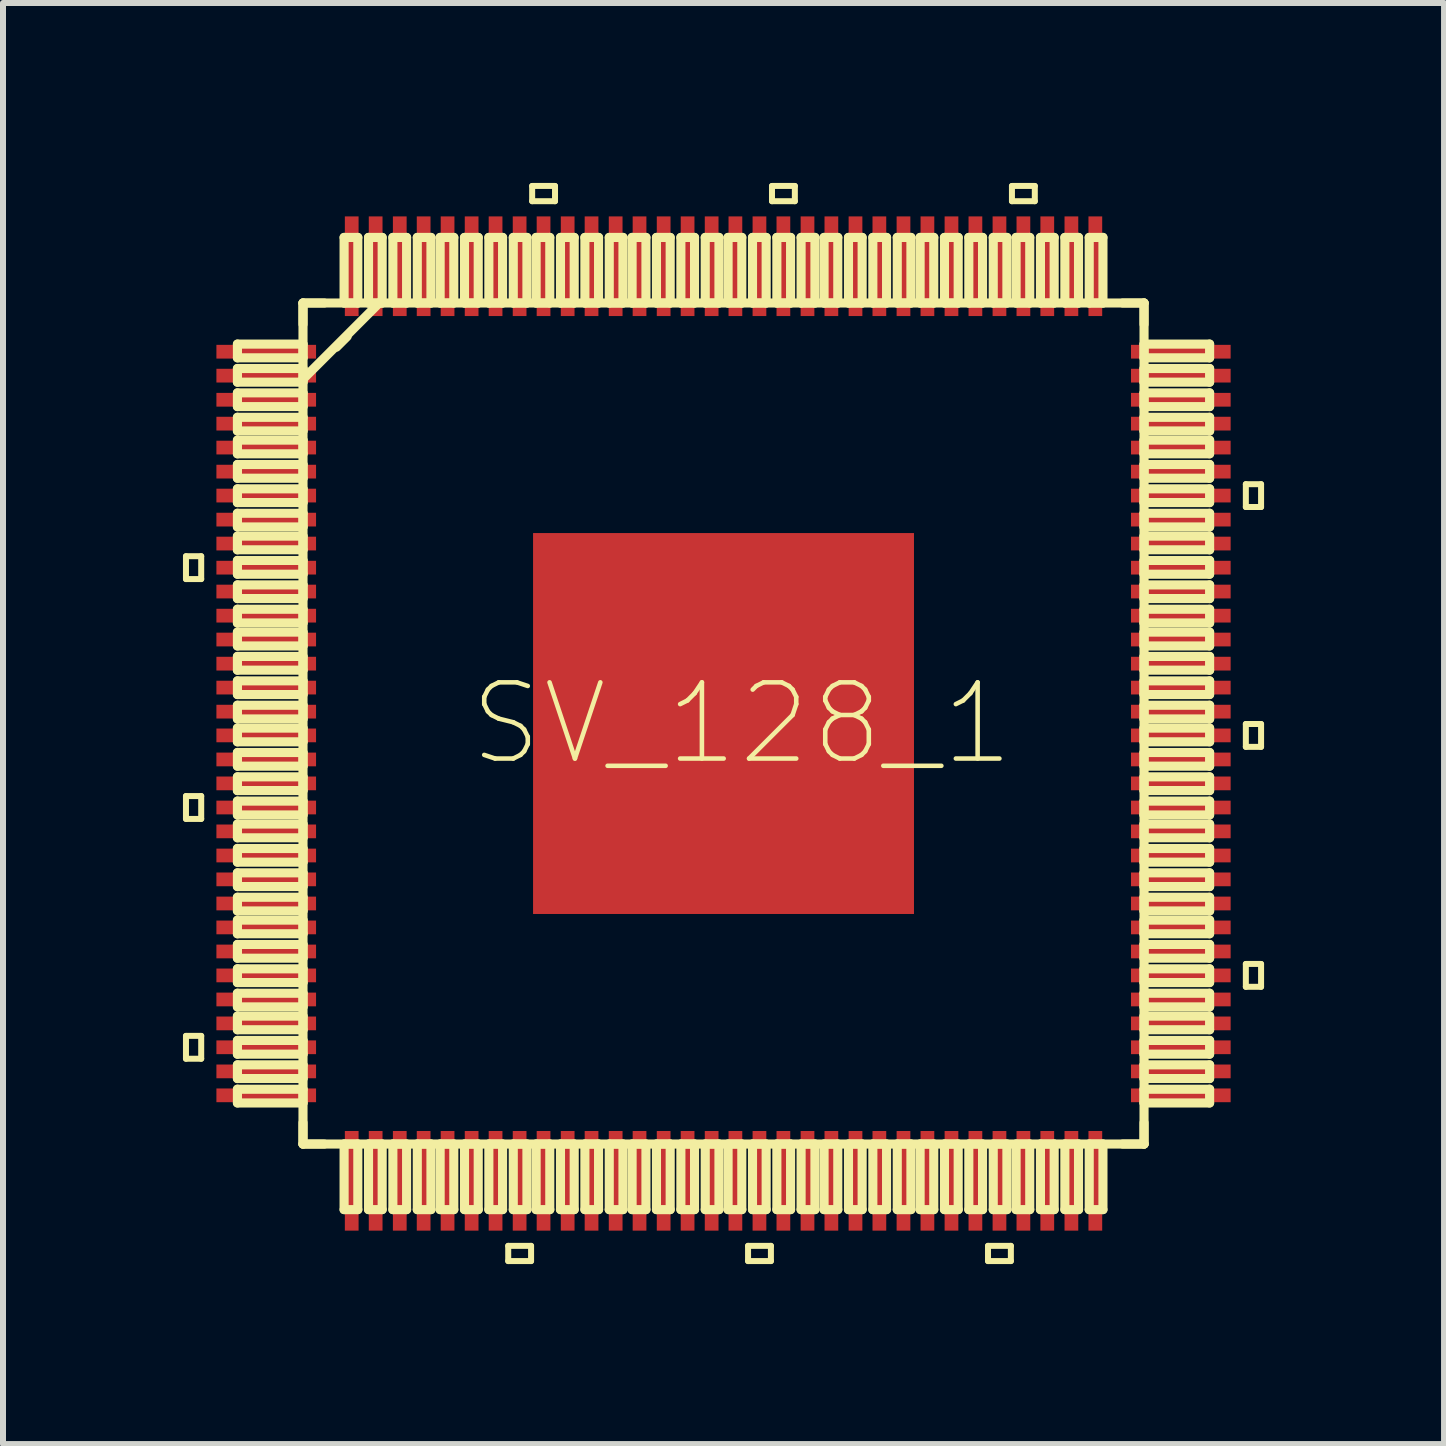
<source format=kicad_pcb>
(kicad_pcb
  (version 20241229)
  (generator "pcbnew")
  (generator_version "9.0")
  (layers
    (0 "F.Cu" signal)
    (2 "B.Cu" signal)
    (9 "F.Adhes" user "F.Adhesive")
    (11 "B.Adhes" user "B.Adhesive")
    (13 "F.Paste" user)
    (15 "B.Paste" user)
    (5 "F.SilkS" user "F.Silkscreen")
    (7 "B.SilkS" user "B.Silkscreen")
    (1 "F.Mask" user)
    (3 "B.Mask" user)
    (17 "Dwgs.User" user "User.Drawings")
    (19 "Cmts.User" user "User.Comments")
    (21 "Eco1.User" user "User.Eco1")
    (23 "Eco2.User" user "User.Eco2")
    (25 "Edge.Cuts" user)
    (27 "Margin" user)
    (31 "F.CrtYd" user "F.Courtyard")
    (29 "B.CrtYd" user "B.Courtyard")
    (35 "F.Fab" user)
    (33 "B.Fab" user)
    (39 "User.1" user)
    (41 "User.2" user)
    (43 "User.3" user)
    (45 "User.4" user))
  (footprint "SV_128_1"
    (layer "F.Cu")
    (at 9.011 9.011)
    (property "Reference" "SV_128_1" (at 0.305 0 0) (layer "F.SilkS") (effects (font (size 1.27 1.27) (thickness 0.076))))
    (attr smd)
    (fp_line (start -8.961 -2.789) (end -8.961 -2.408) (stroke (width 0.1) (type solid)) (layer "F.SilkS"))
    (fp_line (start -8.961 -2.408) (end -8.707 -2.408) (stroke (width 0.1) (type solid)) (layer "F.SilkS"))
    (fp_line (start -8.961 1.209) (end -8.961 1.59) (stroke (width 0.1) (type solid)) (layer "F.SilkS"))
    (fp_line (start -8.961 1.59) (end -8.707 1.59) (stroke (width 0.1) (type solid)) (layer "F.SilkS"))
    (fp_line (start -8.961 5.207) (end -8.961 5.588) (stroke (width 0.1) (type solid)) (layer "F.SilkS"))
    (fp_line (start -8.961 5.588) (end -8.707 5.588) (stroke (width 0.1) (type solid)) (layer "F.SilkS"))
    (fp_line (start -8.707 -2.789) (end -8.961 -2.789) (stroke (width 0.1) (type solid)) (layer "F.SilkS"))
    (fp_line (start -8.707 -2.408) (end -8.707 -2.789) (stroke (width 0.1) (type solid)) (layer "F.SilkS"))
    (fp_line (start -8.707 1.209) (end -8.961 1.209) (stroke (width 0.1) (type solid)) (layer "F.SilkS"))
    (fp_line (start -8.707 1.59) (end -8.707 1.209) (stroke (width 0.1) (type solid)) (layer "F.SilkS"))
    (fp_line (start -8.707 5.207) (end -8.961 5.207) (stroke (width 0.1) (type solid)) (layer "F.SilkS"))
    (fp_line (start -8.707 5.588) (end -8.707 5.207) (stroke (width 0.1) (type solid)) (layer "F.SilkS"))
    (fp_line (start -8.103 -6.325) (end -8.103 -6.096) (stroke (width 0.152) (type solid)) (layer "F.SilkS"))
    (fp_line (start -8.103 -6.096) (end -7.01 -6.096) (stroke (width 0.152) (type solid)) (layer "F.SilkS"))
    (fp_line (start -8.103 -5.918) (end -8.103 -5.69) (stroke (width 0.152) (type solid)) (layer "F.SilkS"))
    (fp_line (start -8.103 -5.69) (end -7.01 -5.69) (stroke (width 0.152) (type solid)) (layer "F.SilkS"))
    (fp_line (start -8.103 -5.512) (end -8.103 -5.283) (stroke (width 0.152) (type solid)) (layer "F.SilkS"))
    (fp_line (start -8.103 -5.283) (end -7.01 -5.283) (stroke (width 0.152) (type solid)) (layer "F.SilkS"))
    (fp_line (start -8.103 -5.105) (end -8.103 -4.877) (stroke (width 0.152) (type solid)) (layer "F.SilkS"))
    (fp_line (start -8.103 -4.877) (end -7.01 -4.877) (stroke (width 0.152) (type solid)) (layer "F.SilkS"))
    (fp_line (start -8.103 -4.724) (end -8.103 -4.496) (stroke (width 0.152) (type solid)) (layer "F.SilkS"))
    (fp_line (start -8.103 -4.496) (end -7.01 -4.496) (stroke (width 0.152) (type solid)) (layer "F.SilkS"))
    (fp_line (start -8.103 -4.318) (end -8.103 -4.089) (stroke (width 0.152) (type solid)) (layer "F.SilkS"))
    (fp_line (start -8.103 -4.089) (end -7.01 -4.089) (stroke (width 0.152) (type solid)) (layer "F.SilkS"))
    (fp_line (start -8.103 -3.912) (end -8.103 -3.683) (stroke (width 0.152) (type solid)) (layer "F.SilkS"))
    (fp_line (start -8.103 -3.683) (end -7.01 -3.683) (stroke (width 0.152) (type solid)) (layer "F.SilkS"))
    (fp_line (start -8.103 -3.505) (end -8.103 -3.277) (stroke (width 0.152) (type solid)) (layer "F.SilkS"))
    (fp_line (start -8.103 -3.277) (end -7.01 -3.277) (stroke (width 0.152) (type solid)) (layer "F.SilkS"))
    (fp_line (start -8.103 -3.124) (end -8.103 -2.896) (stroke (width 0.152) (type solid)) (layer "F.SilkS"))
    (fp_line (start -8.103 -2.896) (end -7.01 -2.896) (stroke (width 0.152) (type solid)) (layer "F.SilkS"))
    (fp_line (start -8.103 -2.718) (end -8.103 -2.489) (stroke (width 0.152) (type solid)) (layer "F.SilkS"))
    (fp_line (start -8.103 -2.489) (end -7.01 -2.489) (stroke (width 0.152) (type solid)) (layer "F.SilkS"))
    (fp_line (start -8.103 -2.311) (end -8.103 -2.083) (stroke (width 0.152) (type solid)) (layer "F.SilkS"))
    (fp_line (start -8.103 -2.083) (end -7.01 -2.083) (stroke (width 0.152) (type solid)) (layer "F.SilkS"))
    (fp_line (start -8.103 -1.905) (end -8.103 -1.676) (stroke (width 0.152) (type solid)) (layer "F.SilkS"))
    (fp_line (start -8.103 -1.676) (end -7.01 -1.676) (stroke (width 0.152) (type solid)) (layer "F.SilkS"))
    (fp_line (start -8.103 -1.524) (end -8.103 -1.293) (stroke (width 0.152) (type solid)) (layer "F.SilkS"))
    (fp_line (start -8.103 -1.293) (end -7.01 -1.293) (stroke (width 0.152) (type solid)) (layer "F.SilkS"))
    (fp_line (start -8.103 -1.118) (end -8.103 -0.889) (stroke (width 0.152) (type solid)) (layer "F.SilkS"))
    (fp_line (start -8.103 -0.889) (end -7.01 -0.889) (stroke (width 0.152) (type solid)) (layer "F.SilkS"))
    (fp_line (start -8.103 -0.711) (end -8.103 -0.483) (stroke (width 0.152) (type solid)) (layer "F.SilkS"))
    (fp_line (start -8.103 -0.483) (end -7.01 -0.483) (stroke (width 0.152) (type solid)) (layer "F.SilkS"))
    (fp_line (start -8.103 -0.305) (end -8.103 -0.076) (stroke (width 0.152) (type solid)) (layer "F.SilkS"))
    (fp_line (start -8.103 -0.076) (end -7.01 -0.076) (stroke (width 0.152) (type solid)) (layer "F.SilkS"))
    (fp_line (start -8.103 0.076) (end -8.103 0.305) (stroke (width 0.152) (type solid)) (layer "F.SilkS"))
    (fp_line (start -8.103 0.305) (end -7.01 0.305) (stroke (width 0.152) (type solid)) (layer "F.SilkS"))
    (fp_line (start -8.103 0.483) (end -8.103 0.711) (stroke (width 0.152) (type solid)) (layer "F.SilkS"))
    (fp_line (start -8.103 0.711) (end -7.01 0.711) (stroke (width 0.152) (type solid)) (layer "F.SilkS"))
    (fp_line (start -8.103 0.889) (end -8.103 1.118) (stroke (width 0.152) (type solid)) (layer "F.SilkS"))
    (fp_line (start -8.103 1.118) (end -7.01 1.118) (stroke (width 0.152) (type solid)) (layer "F.SilkS"))
    (fp_line (start -8.103 1.293) (end -8.103 1.524) (stroke (width 0.152) (type solid)) (layer "F.SilkS"))
    (fp_line (start -8.103 1.524) (end -7.01 1.524) (stroke (width 0.152) (type solid)) (layer "F.SilkS"))
    (fp_line (start -8.103 1.676) (end -8.103 1.905) (stroke (width 0.152) (type solid)) (layer "F.SilkS"))
    (fp_line (start -8.103 1.905) (end -7.01 1.905) (stroke (width 0.152) (type solid)) (layer "F.SilkS"))
    (fp_line (start -8.103 2.083) (end -8.103 2.311) (stroke (width 0.152) (type solid)) (layer "F.SilkS"))
    (fp_line (start -8.103 2.311) (end -7.01 2.311) (stroke (width 0.152) (type solid)) (layer "F.SilkS"))
    (fp_line (start -8.103 2.489) (end -8.103 2.718) (stroke (width 0.152) (type solid)) (layer "F.SilkS"))
    (fp_line (start -8.103 2.718) (end -7.01 2.718) (stroke (width 0.152) (type solid)) (layer "F.SilkS"))
    (fp_line (start -8.103 2.896) (end -8.103 3.124) (stroke (width 0.152) (type solid)) (layer "F.SilkS"))
    (fp_line (start -8.103 3.124) (end -7.01 3.124) (stroke (width 0.152) (type solid)) (layer "F.SilkS"))
    (fp_line (start -8.103 3.277) (end -8.103 3.505) (stroke (width 0.152) (type solid)) (layer "F.SilkS"))
    (fp_line (start -8.103 3.505) (end -7.01 3.505) (stroke (width 0.152) (type solid)) (layer "F.SilkS"))
    (fp_line (start -8.103 3.683) (end -8.103 3.912) (stroke (width 0.152) (type solid)) (layer "F.SilkS"))
    (fp_line (start -8.103 3.912) (end -7.01 3.912) (stroke (width 0.152) (type solid)) (layer "F.SilkS"))
    (fp_line (start -8.103 4.089) (end -8.103 4.318) (stroke (width 0.152) (type solid)) (layer "F.SilkS"))
    (fp_line (start -8.103 4.318) (end -7.01 4.318) (stroke (width 0.152) (type solid)) (layer "F.SilkS"))
    (fp_line (start -8.103 4.496) (end -8.103 4.724) (stroke (width 0.152) (type solid)) (layer "F.SilkS"))
    (fp_line (start -8.103 4.724) (end -7.01 4.724) (stroke (width 0.152) (type solid)) (layer "F.SilkS"))
    (fp_line (start -8.103 4.877) (end -8.103 5.105) (stroke (width 0.152) (type solid)) (layer "F.SilkS"))
    (fp_line (start -8.103 5.105) (end -7.01 5.105) (stroke (width 0.152) (type solid)) (layer "F.SilkS"))
    (fp_line (start -8.103 5.283) (end -8.103 5.512) (stroke (width 0.152) (type solid)) (layer "F.SilkS"))
    (fp_line (start -8.103 5.512) (end -7.01 5.512) (stroke (width 0.152) (type solid)) (layer "F.SilkS"))
    (fp_line (start -8.103 5.69) (end -8.103 5.918) (stroke (width 0.152) (type solid)) (layer "F.SilkS"))
    (fp_line (start -8.103 5.918) (end -7.01 5.918) (stroke (width 0.152) (type solid)) (layer "F.SilkS"))
    (fp_line (start -8.103 6.096) (end -8.103 6.325) (stroke (width 0.152) (type solid)) (layer "F.SilkS"))
    (fp_line (start -8.103 6.325) (end -7.01 6.325) (stroke (width 0.152) (type solid)) (layer "F.SilkS"))
    (fp_line (start -7.01 -7.01) (end -7.01 -6.655) (stroke (width 0.152) (type solid)) (layer "F.SilkS"))
    (fp_line (start -7.01 -7.01) (end -7.01 7.01) (stroke (width 0.152) (type solid)) (layer "F.SilkS"))
    (fp_line (start -7.01 -6.325) (end -8.103 -6.325) (stroke (width 0.152) (type solid)) (layer "F.SilkS"))
    (fp_line (start -7.01 -6.096) (end -7.01 -6.325) (stroke (width 0.152) (type solid)) (layer "F.SilkS"))
    (fp_line (start -7.01 -5.918) (end -8.103 -5.918) (stroke (width 0.152) (type solid)) (layer "F.SilkS"))
    (fp_line (start -7.01 -5.74) (end -7.01 -5.918) (stroke (width 0.152) (type solid)) (layer "F.SilkS"))
    (fp_line (start -7.01 -5.74) (end -5.74 -7.01) (stroke (width 0.152) (type solid)) (layer "F.SilkS"))
    (fp_line (start -7.01 -5.69) (end -7.01 -5.74) (stroke (width 0.152) (type solid)) (layer "F.SilkS"))
    (fp_line (start -7.01 -5.512) (end -8.103 -5.512) (stroke (width 0.152) (type solid)) (layer "F.SilkS"))
    (fp_line (start -7.01 -5.283) (end -7.01 -5.512) (stroke (width 0.152) (type solid)) (layer "F.SilkS"))
    (fp_line (start -7.01 -5.105) (end -8.103 -5.105) (stroke (width 0.152) (type solid)) (layer "F.SilkS"))
    (fp_line (start -7.01 -4.877) (end -7.01 -5.105) (stroke (width 0.152) (type solid)) (layer "F.SilkS"))
    (fp_line (start -7.01 -4.724) (end -8.103 -4.724) (stroke (width 0.152) (type solid)) (layer "F.SilkS"))
    (fp_line (start -7.01 -4.496) (end -7.01 -4.724) (stroke (width 0.152) (type solid)) (layer "F.SilkS"))
    (fp_line (start -7.01 -4.318) (end -8.103 -4.318) (stroke (width 0.152) (type solid)) (layer "F.SilkS"))
    (fp_line (start -7.01 -4.089) (end -7.01 -4.318) (stroke (width 0.152) (type solid)) (layer "F.SilkS"))
    (fp_line (start -7.01 -3.912) (end -8.103 -3.912) (stroke (width 0.152) (type solid)) (layer "F.SilkS"))
    (fp_line (start -7.01 -3.683) (end -7.01 -3.912) (stroke (width 0.152) (type solid)) (layer "F.SilkS"))
    (fp_line (start -7.01 -3.505) (end -8.103 -3.505) (stroke (width 0.152) (type solid)) (layer "F.SilkS"))
    (fp_line (start -7.01 -3.277) (end -7.01 -3.505) (stroke (width 0.152) (type solid)) (layer "F.SilkS"))
    (fp_line (start -7.01 -3.124) (end -8.103 -3.124) (stroke (width 0.152) (type solid)) (layer "F.SilkS"))
    (fp_line (start -7.01 -2.896) (end -7.01 -3.124) (stroke (width 0.152) (type solid)) (layer "F.SilkS"))
    (fp_line (start -7.01 -2.718) (end -8.103 -2.718) (stroke (width 0.152) (type solid)) (layer "F.SilkS"))
    (fp_line (start -7.01 -2.489) (end -7.01 -2.718) (stroke (width 0.152) (type solid)) (layer "F.SilkS"))
    (fp_line (start -7.01 -2.311) (end -8.103 -2.311) (stroke (width 0.152) (type solid)) (layer "F.SilkS"))
    (fp_line (start -7.01 -2.083) (end -7.01 -2.311) (stroke (width 0.152) (type solid)) (layer "F.SilkS"))
    (fp_line (start -7.01 -1.905) (end -8.103 -1.905) (stroke (width 0.152) (type solid)) (layer "F.SilkS"))
    (fp_line (start -7.01 -1.676) (end -7.01 -1.905) (stroke (width 0.152) (type solid)) (layer "F.SilkS"))
    (fp_line (start -7.01 -1.524) (end -8.103 -1.524) (stroke (width 0.152) (type solid)) (layer "F.SilkS"))
    (fp_line (start -7.01 -1.293) (end -7.01 -1.524) (stroke (width 0.152) (type solid)) (layer "F.SilkS"))
    (fp_line (start -7.01 -1.118) (end -8.103 -1.118) (stroke (width 0.152) (type solid)) (layer "F.SilkS"))
    (fp_line (start -7.01 -0.889) (end -7.01 -1.118) (stroke (width 0.152) (type solid)) (layer "F.SilkS"))
    (fp_line (start -7.01 -0.711) (end -8.103 -0.711) (stroke (width 0.152) (type solid)) (layer "F.SilkS"))
    (fp_line (start -7.01 -0.483) (end -7.01 -0.711) (stroke (width 0.152) (type solid)) (layer "F.SilkS"))
    (fp_line (start -7.01 -0.305) (end -8.103 -0.305) (stroke (width 0.152) (type solid)) (layer "F.SilkS"))
    (fp_line (start -7.01 -0.076) (end -7.01 -0.305) (stroke (width 0.152) (type solid)) (layer "F.SilkS"))
    (fp_line (start -7.01 0.076) (end -8.103 0.076) (stroke (width 0.152) (type solid)) (layer "F.SilkS"))
    (fp_line (start -7.01 0.305) (end -7.01 0.076) (stroke (width 0.152) (type solid)) (layer "F.SilkS"))
    (fp_line (start -7.01 0.483) (end -8.103 0.483) (stroke (width 0.152) (type solid)) (layer "F.SilkS"))
    (fp_line (start -7.01 0.711) (end -7.01 0.483) (stroke (width 0.152) (type solid)) (layer "F.SilkS"))
    (fp_line (start -7.01 0.889) (end -8.103 0.889) (stroke (width 0.152) (type solid)) (layer "F.SilkS"))
    (fp_line (start -7.01 1.118) (end -7.01 0.889) (stroke (width 0.152) (type solid)) (layer "F.SilkS"))
    (fp_line (start -7.01 1.293) (end -8.103 1.293) (stroke (width 0.152) (type solid)) (layer "F.SilkS"))
    (fp_line (start -7.01 1.524) (end -7.01 1.293) (stroke (width 0.152) (type solid)) (layer "F.SilkS"))
    (fp_line (start -7.01 1.676) (end -8.103 1.676) (stroke (width 0.152) (type solid)) (layer "F.SilkS"))
    (fp_line (start -7.01 1.905) (end -7.01 1.676) (stroke (width 0.152) (type solid)) (layer "F.SilkS"))
    (fp_line (start -7.01 2.083) (end -8.103 2.083) (stroke (width 0.152) (type solid)) (layer "F.SilkS"))
    (fp_line (start -7.01 2.311) (end -7.01 2.083) (stroke (width 0.152) (type solid)) (layer "F.SilkS"))
    (fp_line (start -7.01 2.489) (end -8.103 2.489) (stroke (width 0.152) (type solid)) (layer "F.SilkS"))
    (fp_line (start -7.01 2.718) (end -7.01 2.489) (stroke (width 0.152) (type solid)) (layer "F.SilkS"))
    (fp_line (start -7.01 2.896) (end -8.103 2.896) (stroke (width 0.152) (type solid)) (layer "F.SilkS"))
    (fp_line (start -7.01 3.124) (end -7.01 2.896) (stroke (width 0.152) (type solid)) (layer "F.SilkS"))
    (fp_line (start -7.01 3.277) (end -8.103 3.277) (stroke (width 0.152) (type solid)) (layer "F.SilkS"))
    (fp_line (start -7.01 3.505) (end -7.01 3.277) (stroke (width 0.152) (type solid)) (layer "F.SilkS"))
    (fp_line (start -7.01 3.683) (end -8.103 3.683) (stroke (width 0.152) (type solid)) (layer "F.SilkS"))
    (fp_line (start -7.01 3.912) (end -7.01 3.683) (stroke (width 0.152) (type solid)) (layer "F.SilkS"))
    (fp_line (start -7.01 4.089) (end -8.103 4.089) (stroke (width 0.152) (type solid)) (layer "F.SilkS"))
    (fp_line (start -7.01 4.318) (end -7.01 4.089) (stroke (width 0.152) (type solid)) (layer "F.SilkS"))
    (fp_line (start -7.01 4.496) (end -8.103 4.496) (stroke (width 0.152) (type solid)) (layer "F.SilkS"))
    (fp_line (start -7.01 4.724) (end -7.01 4.496) (stroke (width 0.152) (type solid)) (layer "F.SilkS"))
    (fp_line (start -7.01 4.877) (end -8.103 4.877) (stroke (width 0.152) (type solid)) (layer "F.SilkS"))
    (fp_line (start -7.01 5.105) (end -7.01 4.877) (stroke (width 0.152) (type solid)) (layer "F.SilkS"))
    (fp_line (start -7.01 5.283) (end -8.103 5.283) (stroke (width 0.152) (type solid)) (layer "F.SilkS"))
    (fp_line (start -7.01 5.512) (end -7.01 5.283) (stroke (width 0.152) (type solid)) (layer "F.SilkS"))
    (fp_line (start -7.01 5.69) (end -8.103 5.69) (stroke (width 0.152) (type solid)) (layer "F.SilkS"))
    (fp_line (start -7.01 5.918) (end -7.01 5.69) (stroke (width 0.152) (type solid)) (layer "F.SilkS"))
    (fp_line (start -7.01 6.096) (end -8.103 6.096) (stroke (width 0.152) (type solid)) (layer "F.SilkS"))
    (fp_line (start -7.01 6.325) (end -7.01 6.096) (stroke (width 0.152) (type solid)) (layer "F.SilkS"))
    (fp_line (start -7.01 6.655) (end -7.01 7.01) (stroke (width 0.152) (type solid)) (layer "F.SilkS"))
    (fp_line (start -7.01 7.01) (end -6.655 7.01) (stroke (width 0.152) (type solid)) (layer "F.SilkS"))
    (fp_line (start -7.01 7.01) (end 7.01 7.01) (stroke (width 0.152) (type solid)) (layer "F.SilkS"))
    (fp_line (start -6.655 -7.01) (end -7.01 -7.01) (stroke (width 0.152) (type solid)) (layer "F.SilkS"))
    (fp_line (start -6.452 -6.274) (end -6.274 -6.452) (stroke (width 0.152) (type solid)) (layer "F.SilkS"))
    (fp_line (start -6.325 -8.103) (end -6.325 -7.01) (stroke (width 0.152) (type solid)) (layer "F.SilkS"))
    (fp_line (start -6.325 -7.01) (end -6.096 -7.01) (stroke (width 0.152) (type solid)) (layer "F.SilkS"))
    (fp_line (start -6.325 7.01) (end -6.325 8.103) (stroke (width 0.152) (type solid)) (layer "F.SilkS"))
    (fp_line (start -6.325 8.103) (end -6.096 8.103) (stroke (width 0.152) (type solid)) (layer "F.SilkS"))
    (fp_line (start -6.096 -8.103) (end -6.325 -8.103) (stroke (width 0.152) (type solid)) (layer "F.SilkS"))
    (fp_line (start -6.096 -7.01) (end -6.096 -8.103) (stroke (width 0.152) (type solid)) (layer "F.SilkS"))
    (fp_line (start -6.096 7.01) (end -6.325 7.01) (stroke (width 0.152) (type solid)) (layer "F.SilkS"))
    (fp_line (start -6.096 8.103) (end -6.096 7.01) (stroke (width 0.152) (type solid)) (layer "F.SilkS"))
    (fp_line (start -5.918 -8.103) (end -5.918 -7.01) (stroke (width 0.152) (type solid)) (layer "F.SilkS"))
    (fp_line (start -5.918 -7.01) (end -5.74 -7.01) (stroke (width 0.152) (type solid)) (layer "F.SilkS"))
    (fp_line (start -5.918 7.01) (end -5.918 8.103) (stroke (width 0.152) (type solid)) (layer "F.SilkS"))
    (fp_line (start -5.918 8.103) (end -5.69 8.103) (stroke (width 0.152) (type solid)) (layer "F.SilkS"))
    (fp_line (start -5.74 -7.01) (end -5.69 -7.01) (stroke (width 0.152) (type solid)) (layer "F.SilkS"))
    (fp_line (start -5.69 -8.103) (end -5.918 -8.103) (stroke (width 0.152) (type solid)) (layer "F.SilkS"))
    (fp_line (start -5.69 -7.01) (end -5.69 -8.103) (stroke (width 0.152) (type solid)) (layer "F.SilkS"))
    (fp_line (start -5.69 7.01) (end -5.918 7.01) (stroke (width 0.152) (type solid)) (layer "F.SilkS"))
    (fp_line (start -5.69 8.103) (end -5.69 7.01) (stroke (width 0.152) (type solid)) (layer "F.SilkS"))
    (fp_line (start -5.512 -8.103) (end -5.512 -7.01) (stroke (width 0.152) (type solid)) (layer "F.SilkS"))
    (fp_line (start -5.512 -7.01) (end -5.283 -7.01) (stroke (width 0.152) (type solid)) (layer "F.SilkS"))
    (fp_line (start -5.512 7.01) (end -5.512 8.103) (stroke (width 0.152) (type solid)) (layer "F.SilkS"))
    (fp_line (start -5.512 8.103) (end -5.283 8.103) (stroke (width 0.152) (type solid)) (layer "F.SilkS"))
    (fp_line (start -5.283 -8.103) (end -5.512 -8.103) (stroke (width 0.152) (type solid)) (layer "F.SilkS"))
    (fp_line (start -5.283 -7.01) (end -5.283 -8.103) (stroke (width 0.152) (type solid)) (layer "F.SilkS"))
    (fp_line (start -5.283 7.01) (end -5.512 7.01) (stroke (width 0.152) (type solid)) (layer "F.SilkS"))
    (fp_line (start -5.283 8.103) (end -5.283 7.01) (stroke (width 0.152) (type solid)) (layer "F.SilkS"))
    (fp_line (start -5.105 -8.103) (end -5.105 -7.01) (stroke (width 0.152) (type solid)) (layer "F.SilkS"))
    (fp_line (start -5.105 -7.01) (end -4.877 -7.01) (stroke (width 0.152) (type solid)) (layer "F.SilkS"))
    (fp_line (start -5.105 7.01) (end -5.105 8.103) (stroke (width 0.152) (type solid)) (layer "F.SilkS"))
    (fp_line (start -5.105 8.103) (end -4.877 8.103) (stroke (width 0.152) (type solid)) (layer "F.SilkS"))
    (fp_line (start -4.877 -8.103) (end -5.105 -8.103) (stroke (width 0.152) (type solid)) (layer "F.SilkS"))
    (fp_line (start -4.877 -7.01) (end -4.877 -8.103) (stroke (width 0.152) (type solid)) (layer "F.SilkS"))
    (fp_line (start -4.877 7.01) (end -5.105 7.01) (stroke (width 0.152) (type solid)) (layer "F.SilkS"))
    (fp_line (start -4.877 8.103) (end -4.877 7.01) (stroke (width 0.152) (type solid)) (layer "F.SilkS"))
    (fp_line (start -4.724 -8.103) (end -4.724 -7.01) (stroke (width 0.152) (type solid)) (layer "F.SilkS"))
    (fp_line (start -4.724 -7.01) (end -4.496 -7.01) (stroke (width 0.152) (type solid)) (layer "F.SilkS"))
    (fp_line (start -4.724 7.01) (end -4.724 8.103) (stroke (width 0.152) (type solid)) (layer "F.SilkS"))
    (fp_line (start -4.724 8.103) (end -4.496 8.103) (stroke (width 0.152) (type solid)) (layer "F.SilkS"))
    (fp_line (start -4.496 -8.103) (end -4.724 -8.103) (stroke (width 0.152) (type solid)) (layer "F.SilkS"))
    (fp_line (start -4.496 -7.01) (end -4.496 -8.103) (stroke (width 0.152) (type solid)) (layer "F.SilkS"))
    (fp_line (start -4.496 7.01) (end -4.724 7.01) (stroke (width 0.152) (type solid)) (layer "F.SilkS"))
    (fp_line (start -4.496 8.103) (end -4.496 7.01) (stroke (width 0.152) (type solid)) (layer "F.SilkS"))
    (fp_line (start -4.318 -8.103) (end -4.318 -7.01) (stroke (width 0.152) (type solid)) (layer "F.SilkS"))
    (fp_line (start -4.318 -7.01) (end -4.089 -7.01) (stroke (width 0.152) (type solid)) (layer "F.SilkS"))
    (fp_line (start -4.318 7.01) (end -4.318 8.103) (stroke (width 0.152) (type solid)) (layer "F.SilkS"))
    (fp_line (start -4.318 8.103) (end -4.089 8.103) (stroke (width 0.152) (type solid)) (layer "F.SilkS"))
    (fp_line (start -4.089 -8.103) (end -4.318 -8.103) (stroke (width 0.152) (type solid)) (layer "F.SilkS"))
    (fp_line (start -4.089 -7.01) (end -4.089 -8.103) (stroke (width 0.152) (type solid)) (layer "F.SilkS"))
    (fp_line (start -4.089 7.01) (end -4.318 7.01) (stroke (width 0.152) (type solid)) (layer "F.SilkS"))
    (fp_line (start -4.089 8.103) (end -4.089 7.01) (stroke (width 0.152) (type solid)) (layer "F.SilkS"))
    (fp_line (start -3.912 -8.103) (end -3.912 -7.01) (stroke (width 0.152) (type solid)) (layer "F.SilkS"))
    (fp_line (start -3.912 -7.01) (end -3.683 -7.01) (stroke (width 0.152) (type solid)) (layer "F.SilkS"))
    (fp_line (start -3.912 7.01) (end -3.912 8.103) (stroke (width 0.152) (type solid)) (layer "F.SilkS"))
    (fp_line (start -3.912 8.103) (end -3.683 8.103) (stroke (width 0.152) (type solid)) (layer "F.SilkS"))
    (fp_line (start -3.683 -8.103) (end -3.912 -8.103) (stroke (width 0.152) (type solid)) (layer "F.SilkS"))
    (fp_line (start -3.683 -7.01) (end -3.683 -8.103) (stroke (width 0.152) (type solid)) (layer "F.SilkS"))
    (fp_line (start -3.683 7.01) (end -3.912 7.01) (stroke (width 0.152) (type solid)) (layer "F.SilkS"))
    (fp_line (start -3.683 8.103) (end -3.683 7.01) (stroke (width 0.152) (type solid)) (layer "F.SilkS"))
    (fp_line (start -3.589 8.707) (end -3.589 8.961) (stroke (width 0.1) (type solid)) (layer "F.SilkS"))
    (fp_line (start -3.589 8.961) (end -3.208 8.961) (stroke (width 0.1) (type solid)) (layer "F.SilkS"))
    (fp_line (start -3.505 -8.103) (end -3.505 -7.01) (stroke (width 0.152) (type solid)) (layer "F.SilkS"))
    (fp_line (start -3.505 -7.01) (end -3.277 -7.01) (stroke (width 0.152) (type solid)) (layer "F.SilkS"))
    (fp_line (start -3.505 7.01) (end -3.505 8.103) (stroke (width 0.152) (type solid)) (layer "F.SilkS"))
    (fp_line (start -3.505 8.103) (end -3.277 8.103) (stroke (width 0.152) (type solid)) (layer "F.SilkS"))
    (fp_line (start -3.277 -8.103) (end -3.505 -8.103) (stroke (width 0.152) (type solid)) (layer "F.SilkS"))
    (fp_line (start -3.277 -7.01) (end -3.277 -8.103) (stroke (width 0.152) (type solid)) (layer "F.SilkS"))
    (fp_line (start -3.277 7.01) (end -3.505 7.01) (stroke (width 0.152) (type solid)) (layer "F.SilkS"))
    (fp_line (start -3.277 8.103) (end -3.277 7.01) (stroke (width 0.152) (type solid)) (layer "F.SilkS"))
    (fp_line (start -3.208 8.707) (end -3.589 8.707) (stroke (width 0.1) (type solid)) (layer "F.SilkS"))
    (fp_line (start -3.208 8.961) (end -3.208 8.707) (stroke (width 0.1) (type solid)) (layer "F.SilkS"))
    (fp_line (start -3.19 -8.961) (end -2.809 -8.961) (stroke (width 0.1) (type solid)) (layer "F.SilkS"))
    (fp_line (start -3.19 -8.707) (end -3.19 -8.961) (stroke (width 0.1) (type solid)) (layer "F.SilkS"))
    (fp_line (start -3.124 -8.103) (end -3.124 -7.01) (stroke (width 0.152) (type solid)) (layer "F.SilkS"))
    (fp_line (start -3.124 -7.01) (end -2.896 -7.01) (stroke (width 0.152) (type solid)) (layer "F.SilkS"))
    (fp_line (start -3.124 7.01) (end -3.124 8.103) (stroke (width 0.152) (type solid)) (layer "F.SilkS"))
    (fp_line (start -3.124 8.103) (end -2.896 8.103) (stroke (width 0.152) (type solid)) (layer "F.SilkS"))
    (fp_line (start -2.896 -8.103) (end -3.124 -8.103) (stroke (width 0.152) (type solid)) (layer "F.SilkS"))
    (fp_line (start -2.896 -7.01) (end -2.896 -8.103) (stroke (width 0.152) (type solid)) (layer "F.SilkS"))
    (fp_line (start -2.896 7.01) (end -3.124 7.01) (stroke (width 0.152) (type solid)) (layer "F.SilkS"))
    (fp_line (start -2.896 8.103) (end -2.896 7.01) (stroke (width 0.152) (type solid)) (layer "F.SilkS"))
    (fp_line (start -2.809 -8.961) (end -2.809 -8.707) (stroke (width 0.1) (type solid)) (layer "F.SilkS"))
    (fp_line (start -2.809 -8.707) (end -3.19 -8.707) (stroke (width 0.1) (type solid)) (layer "F.SilkS"))
    (fp_line (start -2.718 -8.103) (end -2.718 -7.01) (stroke (width 0.152) (type solid)) (layer "F.SilkS"))
    (fp_line (start -2.718 -7.01) (end -2.489 -7.01) (stroke (width 0.152) (type solid)) (layer "F.SilkS"))
    (fp_line (start -2.718 7.01) (end -2.718 8.103) (stroke (width 0.152) (type solid)) (layer "F.SilkS"))
    (fp_line (start -2.718 8.103) (end -2.489 8.103) (stroke (width 0.152) (type solid)) (layer "F.SilkS"))
    (fp_line (start -2.489 -8.103) (end -2.718 -8.103) (stroke (width 0.152) (type solid)) (layer "F.SilkS"))
    (fp_line (start -2.489 -7.01) (end -2.489 -8.103) (stroke (width 0.152) (type solid)) (layer "F.SilkS"))
    (fp_line (start -2.489 7.01) (end -2.718 7.01) (stroke (width 0.152) (type solid)) (layer "F.SilkS"))
    (fp_line (start -2.489 8.103) (end -2.489 7.01) (stroke (width 0.152) (type solid)) (layer "F.SilkS"))
    (fp_line (start -2.311 -8.103) (end -2.311 -7.01) (stroke (width 0.152) (type solid)) (layer "F.SilkS"))
    (fp_line (start -2.311 -7.01) (end -2.083 -7.01) (stroke (width 0.152) (type solid)) (layer "F.SilkS"))
    (fp_line (start -2.311 7.01) (end -2.311 8.103) (stroke (width 0.152) (type solid)) (layer "F.SilkS"))
    (fp_line (start -2.311 8.103) (end -2.083 8.103) (stroke (width 0.152) (type solid)) (layer "F.SilkS"))
    (fp_line (start -2.083 -8.103) (end -2.311 -8.103) (stroke (width 0.152) (type solid)) (layer "F.SilkS"))
    (fp_line (start -2.083 -7.01) (end -2.083 -8.103) (stroke (width 0.152) (type solid)) (layer "F.SilkS"))
    (fp_line (start -2.083 7.01) (end -2.311 7.01) (stroke (width 0.152) (type solid)) (layer "F.SilkS"))
    (fp_line (start -2.083 8.103) (end -2.083 7.01) (stroke (width 0.152) (type solid)) (layer "F.SilkS"))
    (fp_line (start -1.905 -8.103) (end -1.905 -7.01) (stroke (width 0.152) (type solid)) (layer "F.SilkS"))
    (fp_line (start -1.905 -7.01) (end -1.676 -7.01) (stroke (width 0.152) (type solid)) (layer "F.SilkS"))
    (fp_line (start -1.905 7.01) (end -1.905 8.103) (stroke (width 0.152) (type solid)) (layer "F.SilkS"))
    (fp_line (start -1.905 8.103) (end -1.676 8.103) (stroke (width 0.152) (type solid)) (layer "F.SilkS"))
    (fp_line (start -1.676 -8.103) (end -1.905 -8.103) (stroke (width 0.152) (type solid)) (layer "F.SilkS"))
    (fp_line (start -1.676 -7.01) (end -1.676 -8.103) (stroke (width 0.152) (type solid)) (layer "F.SilkS"))
    (fp_line (start -1.676 7.01) (end -1.905 7.01) (stroke (width 0.152) (type solid)) (layer "F.SilkS"))
    (fp_line (start -1.676 8.103) (end -1.676 7.01) (stroke (width 0.152) (type solid)) (layer "F.SilkS"))
    (fp_line (start -1.524 -8.103) (end -1.524 -7.01) (stroke (width 0.152) (type solid)) (layer "F.SilkS"))
    (fp_line (start -1.524 -7.01) (end -1.293 -7.01) (stroke (width 0.152) (type solid)) (layer "F.SilkS"))
    (fp_line (start -1.524 7.01) (end -1.524 8.103) (stroke (width 0.152) (type solid)) (layer "F.SilkS"))
    (fp_line (start -1.524 8.103) (end -1.293 8.103) (stroke (width 0.152) (type solid)) (layer "F.SilkS"))
    (fp_line (start -1.293 -8.103) (end -1.524 -8.103) (stroke (width 0.152) (type solid)) (layer "F.SilkS"))
    (fp_line (start -1.293 -7.01) (end -1.293 -8.103) (stroke (width 0.152) (type solid)) (layer "F.SilkS"))
    (fp_line (start -1.293 7.01) (end -1.524 7.01) (stroke (width 0.152) (type solid)) (layer "F.SilkS"))
    (fp_line (start -1.293 8.103) (end -1.293 7.01) (stroke (width 0.152) (type solid)) (layer "F.SilkS"))
    (fp_line (start -1.118 -8.103) (end -1.118 -7.01) (stroke (width 0.152) (type solid)) (layer "F.SilkS"))
    (fp_line (start -1.118 -7.01) (end -0.889 -7.01) (stroke (width 0.152) (type solid)) (layer "F.SilkS"))
    (fp_line (start -1.118 7.01) (end -1.118 8.103) (stroke (width 0.152) (type solid)) (layer "F.SilkS"))
    (fp_line (start -1.118 8.103) (end -0.889 8.103) (stroke (width 0.152) (type solid)) (layer "F.SilkS"))
    (fp_line (start -0.889 -8.103) (end -1.118 -8.103) (stroke (width 0.152) (type solid)) (layer "F.SilkS"))
    (fp_line (start -0.889 -7.01) (end -0.889 -8.103) (stroke (width 0.152) (type solid)) (layer "F.SilkS"))
    (fp_line (start -0.889 7.01) (end -1.118 7.01) (stroke (width 0.152) (type solid)) (layer "F.SilkS"))
    (fp_line (start -0.889 8.103) (end -0.889 7.01) (stroke (width 0.152) (type solid)) (layer "F.SilkS"))
    (fp_line (start -0.711 -8.103) (end -0.711 -7.01) (stroke (width 0.152) (type solid)) (layer "F.SilkS"))
    (fp_line (start -0.711 -7.01) (end -0.483 -7.01) (stroke (width 0.152) (type solid)) (layer "F.SilkS"))
    (fp_line (start -0.711 7.01) (end -0.711 8.103) (stroke (width 0.152) (type solid)) (layer "F.SilkS"))
    (fp_line (start -0.711 8.103) (end -0.483 8.103) (stroke (width 0.152) (type solid)) (layer "F.SilkS"))
    (fp_line (start -0.483 -8.103) (end -0.711 -8.103) (stroke (width 0.152) (type solid)) (layer "F.SilkS"))
    (fp_line (start -0.483 -7.01) (end -0.483 -8.103) (stroke (width 0.152) (type solid)) (layer "F.SilkS"))
    (fp_line (start -0.483 7.01) (end -0.711 7.01) (stroke (width 0.152) (type solid)) (layer "F.SilkS"))
    (fp_line (start -0.483 8.103) (end -0.483 7.01) (stroke (width 0.152) (type solid)) (layer "F.SilkS"))
    (fp_line (start -0.305 -8.103) (end -0.305 -7.01) (stroke (width 0.152) (type solid)) (layer "F.SilkS"))
    (fp_line (start -0.305 -7.01) (end -0.076 -7.01) (stroke (width 0.152) (type solid)) (layer "F.SilkS"))
    (fp_line (start -0.305 7.01) (end -0.305 8.103) (stroke (width 0.152) (type solid)) (layer "F.SilkS"))
    (fp_line (start -0.305 8.103) (end -0.076 8.103) (stroke (width 0.152) (type solid)) (layer "F.SilkS"))
    (fp_line (start -0.076 -8.103) (end -0.305 -8.103) (stroke (width 0.152) (type solid)) (layer "F.SilkS"))
    (fp_line (start -0.076 -7.01) (end -0.076 -8.103) (stroke (width 0.152) (type solid)) (layer "F.SilkS"))
    (fp_line (start -0.076 7.01) (end -0.305 7.01) (stroke (width 0.152) (type solid)) (layer "F.SilkS"))
    (fp_line (start -0.076 8.103) (end -0.076 7.01) (stroke (width 0.152) (type solid)) (layer "F.SilkS"))
    (fp_line (start 0.076 -8.103) (end 0.076 -7.01) (stroke (width 0.152) (type solid)) (layer "F.SilkS"))
    (fp_line (start 0.076 -7.01) (end 0.305 -7.01) (stroke (width 0.152) (type solid)) (layer "F.SilkS"))
    (fp_line (start 0.076 7.01) (end 0.076 8.103) (stroke (width 0.152) (type solid)) (layer "F.SilkS"))
    (fp_line (start 0.076 8.103) (end 0.305 8.103) (stroke (width 0.152) (type solid)) (layer "F.SilkS"))
    (fp_line (start 0.305 -8.103) (end 0.076 -8.103) (stroke (width 0.152) (type solid)) (layer "F.SilkS"))
    (fp_line (start 0.305 -7.01) (end 0.305 -8.103) (stroke (width 0.152) (type solid)) (layer "F.SilkS"))
    (fp_line (start 0.305 7.01) (end 0.076 7.01) (stroke (width 0.152) (type solid)) (layer "F.SilkS"))
    (fp_line (start 0.305 8.103) (end 0.305 7.01) (stroke (width 0.152) (type solid)) (layer "F.SilkS"))
    (fp_line (start 0.409 8.707) (end 0.409 8.961) (stroke (width 0.1) (type solid)) (layer "F.SilkS"))
    (fp_line (start 0.409 8.961) (end 0.79 8.961) (stroke (width 0.1) (type solid)) (layer "F.SilkS"))
    (fp_line (start 0.483 -8.103) (end 0.483 -7.01) (stroke (width 0.152) (type solid)) (layer "F.SilkS"))
    (fp_line (start 0.483 -7.01) (end 0.711 -7.01) (stroke (width 0.152) (type solid)) (layer "F.SilkS"))
    (fp_line (start 0.483 7.01) (end 0.483 8.103) (stroke (width 0.152) (type solid)) (layer "F.SilkS"))
    (fp_line (start 0.483 8.103) (end 0.711 8.103) (stroke (width 0.152) (type solid)) (layer "F.SilkS"))
    (fp_line (start 0.711 -8.103) (end 0.483 -8.103) (stroke (width 0.152) (type solid)) (layer "F.SilkS"))
    (fp_line (start 0.711 -7.01) (end 0.711 -8.103) (stroke (width 0.152) (type solid)) (layer "F.SilkS"))
    (fp_line (start 0.711 7.01) (end 0.483 7.01) (stroke (width 0.152) (type solid)) (layer "F.SilkS"))
    (fp_line (start 0.711 8.103) (end 0.711 7.01) (stroke (width 0.152) (type solid)) (layer "F.SilkS"))
    (fp_line (start 0.79 8.707) (end 0.409 8.707) (stroke (width 0.1) (type solid)) (layer "F.SilkS"))
    (fp_line (start 0.79 8.961) (end 0.79 8.707) (stroke (width 0.1) (type solid)) (layer "F.SilkS"))
    (fp_line (start 0.808 -8.961) (end 1.189 -8.961) (stroke (width 0.1) (type solid)) (layer "F.SilkS"))
    (fp_line (start 0.808 -8.707) (end 0.808 -8.961) (stroke (width 0.1) (type solid)) (layer "F.SilkS"))
    (fp_line (start 0.889 -8.103) (end 0.889 -7.01) (stroke (width 0.152) (type solid)) (layer "F.SilkS"))
    (fp_line (start 0.889 -7.01) (end 1.118 -7.01) (stroke (width 0.152) (type solid)) (layer "F.SilkS"))
    (fp_line (start 0.889 7.01) (end 0.889 8.103) (stroke (width 0.152) (type solid)) (layer "F.SilkS"))
    (fp_line (start 0.889 8.103) (end 1.118 8.103) (stroke (width 0.152) (type solid)) (layer "F.SilkS"))
    (fp_line (start 1.118 -8.103) (end 0.889 -8.103) (stroke (width 0.152) (type solid)) (layer "F.SilkS"))
    (fp_line (start 1.118 -7.01) (end 1.118 -8.103) (stroke (width 0.152) (type solid)) (layer "F.SilkS"))
    (fp_line (start 1.118 7.01) (end 0.889 7.01) (stroke (width 0.152) (type solid)) (layer "F.SilkS"))
    (fp_line (start 1.118 8.103) (end 1.118 7.01) (stroke (width 0.152) (type solid)) (layer "F.SilkS"))
    (fp_line (start 1.189 -8.961) (end 1.189 -8.707) (stroke (width 0.1) (type solid)) (layer "F.SilkS"))
    (fp_line (start 1.189 -8.707) (end 0.808 -8.707) (stroke (width 0.1) (type solid)) (layer "F.SilkS"))
    (fp_line (start 1.293 -8.103) (end 1.293 -7.01) (stroke (width 0.152) (type solid)) (layer "F.SilkS"))
    (fp_line (start 1.293 -7.01) (end 1.524 -7.01) (stroke (width 0.152) (type solid)) (layer "F.SilkS"))
    (fp_line (start 1.293 7.01) (end 1.293 8.103) (stroke (width 0.152) (type solid)) (layer "F.SilkS"))
    (fp_line (start 1.293 8.103) (end 1.524 8.103) (stroke (width 0.152) (type solid)) (layer "F.SilkS"))
    (fp_line (start 1.524 -8.103) (end 1.293 -8.103) (stroke (width 0.152) (type solid)) (layer "F.SilkS"))
    (fp_line (start 1.524 -7.01) (end 1.524 -8.103) (stroke (width 0.152) (type solid)) (layer "F.SilkS"))
    (fp_line (start 1.524 7.01) (end 1.293 7.01) (stroke (width 0.152) (type solid)) (layer "F.SilkS"))
    (fp_line (start 1.524 8.103) (end 1.524 7.01) (stroke (width 0.152) (type solid)) (layer "F.SilkS"))
    (fp_line (start 1.676 -8.103) (end 1.676 -7.01) (stroke (width 0.152) (type solid)) (layer "F.SilkS"))
    (fp_line (start 1.676 -7.01) (end 1.905 -7.01) (stroke (width 0.152) (type solid)) (layer "F.SilkS"))
    (fp_line (start 1.676 7.01) (end 1.676 8.103) (stroke (width 0.152) (type solid)) (layer "F.SilkS"))
    (fp_line (start 1.676 8.103) (end 1.905 8.103) (stroke (width 0.152) (type solid)) (layer "F.SilkS"))
    (fp_line (start 1.905 -8.103) (end 1.676 -8.103) (stroke (width 0.152) (type solid)) (layer "F.SilkS"))
    (fp_line (start 1.905 -7.01) (end 1.905 -8.103) (stroke (width 0.152) (type solid)) (layer "F.SilkS"))
    (fp_line (start 1.905 7.01) (end 1.676 7.01) (stroke (width 0.152) (type solid)) (layer "F.SilkS"))
    (fp_line (start 1.905 8.103) (end 1.905 7.01) (stroke (width 0.152) (type solid)) (layer "F.SilkS"))
    (fp_line (start 2.083 -8.103) (end 2.083 -7.01) (stroke (width 0.152) (type solid)) (layer "F.SilkS"))
    (fp_line (start 2.083 -7.01) (end 2.311 -7.01) (stroke (width 0.152) (type solid)) (layer "F.SilkS"))
    (fp_line (start 2.083 7.01) (end 2.083 8.103) (stroke (width 0.152) (type solid)) (layer "F.SilkS"))
    (fp_line (start 2.083 8.103) (end 2.311 8.103) (stroke (width 0.152) (type solid)) (layer "F.SilkS"))
    (fp_line (start 2.311 -8.103) (end 2.083 -8.103) (stroke (width 0.152) (type solid)) (layer "F.SilkS"))
    (fp_line (start 2.311 -7.01) (end 2.311 -8.103) (stroke (width 0.152) (type solid)) (layer "F.SilkS"))
    (fp_line (start 2.311 7.01) (end 2.083 7.01) (stroke (width 0.152) (type solid)) (layer "F.SilkS"))
    (fp_line (start 2.311 8.103) (end 2.311 7.01) (stroke (width 0.152) (type solid)) (layer "F.SilkS"))
    (fp_line (start 2.489 -8.103) (end 2.489 -7.01) (stroke (width 0.152) (type solid)) (layer "F.SilkS"))
    (fp_line (start 2.489 -7.01) (end 2.718 -7.01) (stroke (width 0.152) (type solid)) (layer "F.SilkS"))
    (fp_line (start 2.489 7.01) (end 2.489 8.103) (stroke (width 0.152) (type solid)) (layer "F.SilkS"))
    (fp_line (start 2.489 8.103) (end 2.718 8.103) (stroke (width 0.152) (type solid)) (layer "F.SilkS"))
    (fp_line (start 2.718 -8.103) (end 2.489 -8.103) (stroke (width 0.152) (type solid)) (layer "F.SilkS"))
    (fp_line (start 2.718 -7.01) (end 2.718 -8.103) (stroke (width 0.152) (type solid)) (layer "F.SilkS"))
    (fp_line (start 2.718 7.01) (end 2.489 7.01) (stroke (width 0.152) (type solid)) (layer "F.SilkS"))
    (fp_line (start 2.718 8.103) (end 2.718 7.01) (stroke (width 0.152) (type solid)) (layer "F.SilkS"))
    (fp_line (start 2.896 -8.103) (end 2.896 -7.01) (stroke (width 0.152) (type solid)) (layer "F.SilkS"))
    (fp_line (start 2.896 -7.01) (end 3.124 -7.01) (stroke (width 0.152) (type solid)) (layer "F.SilkS"))
    (fp_line (start 2.896 7.01) (end 2.896 8.103) (stroke (width 0.152) (type solid)) (layer "F.SilkS"))
    (fp_line (start 2.896 8.103) (end 3.124 8.103) (stroke (width 0.152) (type solid)) (layer "F.SilkS"))
    (fp_line (start 3.124 -8.103) (end 2.896 -8.103) (stroke (width 0.152) (type solid)) (layer "F.SilkS"))
    (fp_line (start 3.124 -7.01) (end 3.124 -8.103) (stroke (width 0.152) (type solid)) (layer "F.SilkS"))
    (fp_line (start 3.124 7.01) (end 2.896 7.01) (stroke (width 0.152) (type solid)) (layer "F.SilkS"))
    (fp_line (start 3.124 8.103) (end 3.124 7.01) (stroke (width 0.152) (type solid)) (layer "F.SilkS"))
    (fp_line (start 3.277 -8.103) (end 3.277 -7.01) (stroke (width 0.152) (type solid)) (layer "F.SilkS"))
    (fp_line (start 3.277 -7.01) (end 3.505 -7.01) (stroke (width 0.152) (type solid)) (layer "F.SilkS"))
    (fp_line (start 3.277 7.01) (end 3.277 8.103) (stroke (width 0.152) (type solid)) (layer "F.SilkS"))
    (fp_line (start 3.277 8.103) (end 3.505 8.103) (stroke (width 0.152) (type solid)) (layer "F.SilkS"))
    (fp_line (start 3.505 -8.103) (end 3.277 -8.103) (stroke (width 0.152) (type solid)) (layer "F.SilkS"))
    (fp_line (start 3.505 -7.01) (end 3.505 -8.103) (stroke (width 0.152) (type solid)) (layer "F.SilkS"))
    (fp_line (start 3.505 7.01) (end 3.277 7.01) (stroke (width 0.152) (type solid)) (layer "F.SilkS"))
    (fp_line (start 3.505 8.103) (end 3.505 7.01) (stroke (width 0.152) (type solid)) (layer "F.SilkS"))
    (fp_line (start 3.683 -8.103) (end 3.683 -7.01) (stroke (width 0.152) (type solid)) (layer "F.SilkS"))
    (fp_line (start 3.683 -7.01) (end 3.912 -7.01) (stroke (width 0.152) (type solid)) (layer "F.SilkS"))
    (fp_line (start 3.683 7.01) (end 3.683 8.103) (stroke (width 0.152) (type solid)) (layer "F.SilkS"))
    (fp_line (start 3.683 8.103) (end 3.912 8.103) (stroke (width 0.152) (type solid)) (layer "F.SilkS"))
    (fp_line (start 3.912 -8.103) (end 3.683 -8.103) (stroke (width 0.152) (type solid)) (layer "F.SilkS"))
    (fp_line (start 3.912 -7.01) (end 3.912 -8.103) (stroke (width 0.152) (type solid)) (layer "F.SilkS"))
    (fp_line (start 3.912 7.01) (end 3.683 7.01) (stroke (width 0.152) (type solid)) (layer "F.SilkS"))
    (fp_line (start 3.912 8.103) (end 3.912 7.01) (stroke (width 0.152) (type solid)) (layer "F.SilkS"))
    (fp_line (start 4.089 -8.103) (end 4.089 -7.01) (stroke (width 0.152) (type solid)) (layer "F.SilkS"))
    (fp_line (start 4.089 -7.01) (end 4.318 -7.01) (stroke (width 0.152) (type solid)) (layer "F.SilkS"))
    (fp_line (start 4.089 7.01) (end 4.089 8.103) (stroke (width 0.152) (type solid)) (layer "F.SilkS"))
    (fp_line (start 4.089 8.103) (end 4.318 8.103) (stroke (width 0.152) (type solid)) (layer "F.SilkS"))
    (fp_line (start 4.318 -8.103) (end 4.089 -8.103) (stroke (width 0.152) (type solid)) (layer "F.SilkS"))
    (fp_line (start 4.318 -7.01) (end 4.318 -8.103) (stroke (width 0.152) (type solid)) (layer "F.SilkS"))
    (fp_line (start 4.318 7.01) (end 4.089 7.01) (stroke (width 0.152) (type solid)) (layer "F.SilkS"))
    (fp_line (start 4.318 8.103) (end 4.318 7.01) (stroke (width 0.152) (type solid)) (layer "F.SilkS"))
    (fp_line (start 4.409 8.707) (end 4.409 8.961) (stroke (width 0.1) (type solid)) (layer "F.SilkS"))
    (fp_line (start 4.409 8.961) (end 4.79 8.961) (stroke (width 0.1) (type solid)) (layer "F.SilkS"))
    (fp_line (start 4.496 -8.103) (end 4.496 -7.01) (stroke (width 0.152) (type solid)) (layer "F.SilkS"))
    (fp_line (start 4.496 -7.01) (end 4.724 -7.01) (stroke (width 0.152) (type solid)) (layer "F.SilkS"))
    (fp_line (start 4.496 7.01) (end 4.496 8.103) (stroke (width 0.152) (type solid)) (layer "F.SilkS"))
    (fp_line (start 4.496 8.103) (end 4.724 8.103) (stroke (width 0.152) (type solid)) (layer "F.SilkS"))
    (fp_line (start 4.724 -8.103) (end 4.496 -8.103) (stroke (width 0.152) (type solid)) (layer "F.SilkS"))
    (fp_line (start 4.724 -7.01) (end 4.724 -8.103) (stroke (width 0.152) (type solid)) (layer "F.SilkS"))
    (fp_line (start 4.724 7.01) (end 4.496 7.01) (stroke (width 0.152) (type solid)) (layer "F.SilkS"))
    (fp_line (start 4.724 8.103) (end 4.724 7.01) (stroke (width 0.152) (type solid)) (layer "F.SilkS"))
    (fp_line (start 4.79 8.707) (end 4.409 8.707) (stroke (width 0.1) (type solid)) (layer "F.SilkS"))
    (fp_line (start 4.79 8.961) (end 4.79 8.707) (stroke (width 0.1) (type solid)) (layer "F.SilkS"))
    (fp_line (start 4.808 -8.961) (end 5.189 -8.961) (stroke (width 0.1) (type solid)) (layer "F.SilkS"))
    (fp_line (start 4.808 -8.707) (end 4.808 -8.961) (stroke (width 0.1) (type solid)) (layer "F.SilkS"))
    (fp_line (start 4.877 -8.103) (end 4.877 -7.01) (stroke (width 0.152) (type solid)) (layer "F.SilkS"))
    (fp_line (start 4.877 -7.01) (end 5.105 -7.01) (stroke (width 0.152) (type solid)) (layer "F.SilkS"))
    (fp_line (start 4.877 7.01) (end 4.877 8.103) (stroke (width 0.152) (type solid)) (layer "F.SilkS"))
    (fp_line (start 4.877 8.103) (end 5.105 8.103) (stroke (width 0.152) (type solid)) (layer "F.SilkS"))
    (fp_line (start 5.105 -8.103) (end 4.877 -8.103) (stroke (width 0.152) (type solid)) (layer "F.SilkS"))
    (fp_line (start 5.105 -7.01) (end 5.105 -8.103) (stroke (width 0.152) (type solid)) (layer "F.SilkS"))
    (fp_line (start 5.105 7.01) (end 4.877 7.01) (stroke (width 0.152) (type solid)) (layer "F.SilkS"))
    (fp_line (start 5.105 8.103) (end 5.105 7.01) (stroke (width 0.152) (type solid)) (layer "F.SilkS"))
    (fp_line (start 5.189 -8.961) (end 5.189 -8.707) (stroke (width 0.1) (type solid)) (layer "F.SilkS"))
    (fp_line (start 5.189 -8.707) (end 4.808 -8.707) (stroke (width 0.1) (type solid)) (layer "F.SilkS"))
    (fp_line (start 5.283 -8.103) (end 5.283 -7.01) (stroke (width 0.152) (type solid)) (layer "F.SilkS"))
    (fp_line (start 5.283 -7.01) (end 5.512 -7.01) (stroke (width 0.152) (type solid)) (layer "F.SilkS"))
    (fp_line (start 5.283 7.01) (end 5.283 8.103) (stroke (width 0.152) (type solid)) (layer "F.SilkS"))
    (fp_line (start 5.283 8.103) (end 5.512 8.103) (stroke (width 0.152) (type solid)) (layer "F.SilkS"))
    (fp_line (start 5.512 -8.103) (end 5.283 -8.103) (stroke (width 0.152) (type solid)) (layer "F.SilkS"))
    (fp_line (start 5.512 -7.01) (end 5.512 -8.103) (stroke (width 0.152) (type solid)) (layer "F.SilkS"))
    (fp_line (start 5.512 7.01) (end 5.283 7.01) (stroke (width 0.152) (type solid)) (layer "F.SilkS"))
    (fp_line (start 5.512 8.103) (end 5.512 7.01) (stroke (width 0.152) (type solid)) (layer "F.SilkS"))
    (fp_line (start 5.69 -8.103) (end 5.69 -7.01) (stroke (width 0.152) (type solid)) (layer "F.SilkS"))
    (fp_line (start 5.69 -7.01) (end 5.918 -7.01) (stroke (width 0.152) (type solid)) (layer "F.SilkS"))
    (fp_line (start 5.69 7.01) (end 5.69 8.103) (stroke (width 0.152) (type solid)) (layer "F.SilkS"))
    (fp_line (start 5.69 8.103) (end 5.918 8.103) (stroke (width 0.152) (type solid)) (layer "F.SilkS"))
    (fp_line (start 5.918 -8.103) (end 5.69 -8.103) (stroke (width 0.152) (type solid)) (layer "F.SilkS"))
    (fp_line (start 5.918 -7.01) (end 5.918 -8.103) (stroke (width 0.152) (type solid)) (layer "F.SilkS"))
    (fp_line (start 5.918 7.01) (end 5.69 7.01) (stroke (width 0.152) (type solid)) (layer "F.SilkS"))
    (fp_line (start 5.918 8.103) (end 5.918 7.01) (stroke (width 0.152) (type solid)) (layer "F.SilkS"))
    (fp_line (start 6.096 -8.103) (end 6.096 -7.01) (stroke (width 0.152) (type solid)) (layer "F.SilkS"))
    (fp_line (start 6.096 -7.01) (end 6.325 -7.01) (stroke (width 0.152) (type solid)) (layer "F.SilkS"))
    (fp_line (start 6.096 7.01) (end 6.096 8.103) (stroke (width 0.152) (type solid)) (layer "F.SilkS"))
    (fp_line (start 6.096 8.103) (end 6.325 8.103) (stroke (width 0.152) (type solid)) (layer "F.SilkS"))
    (fp_line (start 6.325 -8.103) (end 6.096 -8.103) (stroke (width 0.152) (type solid)) (layer "F.SilkS"))
    (fp_line (start 6.325 -7.01) (end 6.325 -8.103) (stroke (width 0.152) (type solid)) (layer "F.SilkS"))
    (fp_line (start 6.325 7.01) (end 6.096 7.01) (stroke (width 0.152) (type solid)) (layer "F.SilkS"))
    (fp_line (start 6.325 8.103) (end 6.325 7.01) (stroke (width 0.152) (type solid)) (layer "F.SilkS"))
    (fp_line (start 6.655 7.01) (end 7.01 7.01) (stroke (width 0.152) (type solid)) (layer "F.SilkS"))
    (fp_line (start 7.01 -7.01) (end -7.01 -7.01) (stroke (width 0.152) (type solid)) (layer "F.SilkS"))
    (fp_line (start 7.01 -7.01) (end 6.655 -7.01) (stroke (width 0.152) (type solid)) (layer "F.SilkS"))
    (fp_line (start 7.01 -6.655) (end 7.01 -7.01) (stroke (width 0.152) (type solid)) (layer "F.SilkS"))
    (fp_line (start 7.01 -6.325) (end 7.01 -6.096) (stroke (width 0.152) (type solid)) (layer "F.SilkS"))
    (fp_line (start 7.01 -6.096) (end 8.103 -6.096) (stroke (width 0.152) (type solid)) (layer "F.SilkS"))
    (fp_line (start 7.01 -5.918) (end 7.01 -5.69) (stroke (width 0.152) (type solid)) (layer "F.SilkS"))
    (fp_line (start 7.01 -5.69) (end 8.103 -5.69) (stroke (width 0.152) (type solid)) (layer "F.SilkS"))
    (fp_line (start 7.01 -5.512) (end 7.01 -5.283) (stroke (width 0.152) (type solid)) (layer "F.SilkS"))
    (fp_line (start 7.01 -5.283) (end 8.103 -5.283) (stroke (width 0.152) (type solid)) (layer "F.SilkS"))
    (fp_line (start 7.01 -5.105) (end 7.01 -4.877) (stroke (width 0.152) (type solid)) (layer "F.SilkS"))
    (fp_line (start 7.01 -4.877) (end 8.103 -4.877) (stroke (width 0.152) (type solid)) (layer "F.SilkS"))
    (fp_line (start 7.01 -4.724) (end 7.01 -4.496) (stroke (width 0.152) (type solid)) (layer "F.SilkS"))
    (fp_line (start 7.01 -4.496) (end 8.103 -4.496) (stroke (width 0.152) (type solid)) (layer "F.SilkS"))
    (fp_line (start 7.01 -4.318) (end 7.01 -4.089) (stroke (width 0.152) (type solid)) (layer "F.SilkS"))
    (fp_line (start 7.01 -4.089) (end 8.103 -4.089) (stroke (width 0.152) (type solid)) (layer "F.SilkS"))
    (fp_line (start 7.01 -3.912) (end 7.01 -3.683) (stroke (width 0.152) (type solid)) (layer "F.SilkS"))
    (fp_line (start 7.01 -3.683) (end 8.103 -3.683) (stroke (width 0.152) (type solid)) (layer "F.SilkS"))
    (fp_line (start 7.01 -3.505) (end 7.01 -3.277) (stroke (width 0.152) (type solid)) (layer "F.SilkS"))
    (fp_line (start 7.01 -3.277) (end 8.103 -3.277) (stroke (width 0.152) (type solid)) (layer "F.SilkS"))
    (fp_line (start 7.01 -3.124) (end 7.01 -2.896) (stroke (width 0.152) (type solid)) (layer "F.SilkS"))
    (fp_line (start 7.01 -2.896) (end 8.103 -2.896) (stroke (width 0.152) (type solid)) (layer "F.SilkS"))
    (fp_line (start 7.01 -2.718) (end 7.01 -2.489) (stroke (width 0.152) (type solid)) (layer "F.SilkS"))
    (fp_line (start 7.01 -2.489) (end 8.103 -2.489) (stroke (width 0.152) (type solid)) (layer "F.SilkS"))
    (fp_line (start 7.01 -2.311) (end 7.01 -2.083) (stroke (width 0.152) (type solid)) (layer "F.SilkS"))
    (fp_line (start 7.01 -2.083) (end 8.103 -2.083) (stroke (width 0.152) (type solid)) (layer "F.SilkS"))
    (fp_line (start 7.01 -1.905) (end 7.01 -1.676) (stroke (width 0.152) (type solid)) (layer "F.SilkS"))
    (fp_line (start 7.01 -1.676) (end 8.103 -1.676) (stroke (width 0.152) (type solid)) (layer "F.SilkS"))
    (fp_line (start 7.01 -1.524) (end 7.01 -1.293) (stroke (width 0.152) (type solid)) (layer "F.SilkS"))
    (fp_line (start 7.01 -1.293) (end 8.103 -1.293) (stroke (width 0.152) (type solid)) (layer "F.SilkS"))
    (fp_line (start 7.01 -1.118) (end 7.01 -0.889) (stroke (width 0.152) (type solid)) (layer "F.SilkS"))
    (fp_line (start 7.01 -0.889) (end 8.103 -0.889) (stroke (width 0.152) (type solid)) (layer "F.SilkS"))
    (fp_line (start 7.01 -0.711) (end 7.01 -0.483) (stroke (width 0.152) (type solid)) (layer "F.SilkS"))
    (fp_line (start 7.01 -0.483) (end 8.103 -0.483) (stroke (width 0.152) (type solid)) (layer "F.SilkS"))
    (fp_line (start 7.01 -0.305) (end 7.01 -0.076) (stroke (width 0.152) (type solid)) (layer "F.SilkS"))
    (fp_line (start 7.01 -0.076) (end 8.103 -0.076) (stroke (width 0.152) (type solid)) (layer "F.SilkS"))
    (fp_line (start 7.01 0.076) (end 7.01 0.305) (stroke (width 0.152) (type solid)) (layer "F.SilkS"))
    (fp_line (start 7.01 0.305) (end 8.103 0.305) (stroke (width 0.152) (type solid)) (layer "F.SilkS"))
    (fp_line (start 7.01 0.483) (end 7.01 0.711) (stroke (width 0.152) (type solid)) (layer "F.SilkS"))
    (fp_line (start 7.01 0.711) (end 8.103 0.711) (stroke (width 0.152) (type solid)) (layer "F.SilkS"))
    (fp_line (start 7.01 0.889) (end 7.01 1.118) (stroke (width 0.152) (type solid)) (layer "F.SilkS"))
    (fp_line (start 7.01 1.118) (end 8.103 1.118) (stroke (width 0.152) (type solid)) (layer "F.SilkS"))
    (fp_line (start 7.01 1.293) (end 7.01 1.524) (stroke (width 0.152) (type solid)) (layer "F.SilkS"))
    (fp_line (start 7.01 1.524) (end 8.103 1.524) (stroke (width 0.152) (type solid)) (layer "F.SilkS"))
    (fp_line (start 7.01 1.676) (end 7.01 1.905) (stroke (width 0.152) (type solid)) (layer "F.SilkS"))
    (fp_line (start 7.01 1.905) (end 8.103 1.905) (stroke (width 0.152) (type solid)) (layer "F.SilkS"))
    (fp_line (start 7.01 2.083) (end 7.01 2.311) (stroke (width 0.152) (type solid)) (layer "F.SilkS"))
    (fp_line (start 7.01 2.311) (end 8.103 2.311) (stroke (width 0.152) (type solid)) (layer "F.SilkS"))
    (fp_line (start 7.01 2.489) (end 7.01 2.718) (stroke (width 0.152) (type solid)) (layer "F.SilkS"))
    (fp_line (start 7.01 2.718) (end 8.103 2.718) (stroke (width 0.152) (type solid)) (layer "F.SilkS"))
    (fp_line (start 7.01 2.896) (end 7.01 3.124) (stroke (width 0.152) (type solid)) (layer "F.SilkS"))
    (fp_line (start 7.01 3.124) (end 8.103 3.124) (stroke (width 0.152) (type solid)) (layer "F.SilkS"))
    (fp_line (start 7.01 3.277) (end 7.01 3.505) (stroke (width 0.152) (type solid)) (layer "F.SilkS"))
    (fp_line (start 7.01 3.505) (end 8.103 3.505) (stroke (width 0.152) (type solid)) (layer "F.SilkS"))
    (fp_line (start 7.01 3.683) (end 7.01 3.912) (stroke (width 0.152) (type solid)) (layer "F.SilkS"))
    (fp_line (start 7.01 3.912) (end 8.103 3.912) (stroke (width 0.152) (type solid)) (layer "F.SilkS"))
    (fp_line (start 7.01 4.089) (end 7.01 4.318) (stroke (width 0.152) (type solid)) (layer "F.SilkS"))
    (fp_line (start 7.01 4.318) (end 8.103 4.318) (stroke (width 0.152) (type solid)) (layer "F.SilkS"))
    (fp_line (start 7.01 4.496) (end 7.01 4.724) (stroke (width 0.152) (type solid)) (layer "F.SilkS"))
    (fp_line (start 7.01 4.724) (end 8.103 4.724) (stroke (width 0.152) (type solid)) (layer "F.SilkS"))
    (fp_line (start 7.01 4.877) (end 7.01 5.105) (stroke (width 0.152) (type solid)) (layer "F.SilkS"))
    (fp_line (start 7.01 5.105) (end 8.103 5.105) (stroke (width 0.152) (type solid)) (layer "F.SilkS"))
    (fp_line (start 7.01 5.283) (end 7.01 5.512) (stroke (width 0.152) (type solid)) (layer "F.SilkS"))
    (fp_line (start 7.01 5.512) (end 8.103 5.512) (stroke (width 0.152) (type solid)) (layer "F.SilkS"))
    (fp_line (start 7.01 5.69) (end 7.01 5.918) (stroke (width 0.152) (type solid)) (layer "F.SilkS"))
    (fp_line (start 7.01 5.918) (end 8.103 5.918) (stroke (width 0.152) (type solid)) (layer "F.SilkS"))
    (fp_line (start 7.01 6.096) (end 7.01 6.325) (stroke (width 0.152) (type solid)) (layer "F.SilkS"))
    (fp_line (start 7.01 6.325) (end 8.103 6.325) (stroke (width 0.152) (type solid)) (layer "F.SilkS"))
    (fp_line (start 7.01 7.01) (end 7.01 -7.01) (stroke (width 0.152) (type solid)) (layer "F.SilkS"))
    (fp_line (start 7.01 7.01) (end 7.01 6.655) (stroke (width 0.152) (type solid)) (layer "F.SilkS"))
    (fp_line (start 8.103 -6.325) (end 7.01 -6.325) (stroke (width 0.152) (type solid)) (layer "F.SilkS"))
    (fp_line (start 8.103 -6.096) (end 8.103 -6.325) (stroke (width 0.152) (type solid)) (layer "F.SilkS"))
    (fp_line (start 8.103 -5.918) (end 7.01 -5.918) (stroke (width 0.152) (type solid)) (layer "F.SilkS"))
    (fp_line (start 8.103 -5.69) (end 8.103 -5.918) (stroke (width 0.152) (type solid)) (layer "F.SilkS"))
    (fp_line (start 8.103 -5.512) (end 7.01 -5.512) (stroke (width 0.152) (type solid)) (layer "F.SilkS"))
    (fp_line (start 8.103 -5.283) (end 8.103 -5.512) (stroke (width 0.152) (type solid)) (layer "F.SilkS"))
    (fp_line (start 8.103 -5.105) (end 7.01 -5.105) (stroke (width 0.152) (type solid)) (layer "F.SilkS"))
    (fp_line (start 8.103 -4.877) (end 8.103 -5.105) (stroke (width 0.152) (type solid)) (layer "F.SilkS"))
    (fp_line (start 8.103 -4.724) (end 7.01 -4.724) (stroke (width 0.152) (type solid)) (layer "F.SilkS"))
    (fp_line (start 8.103 -4.496) (end 8.103 -4.724) (stroke (width 0.152) (type solid)) (layer "F.SilkS"))
    (fp_line (start 8.103 -4.318) (end 7.01 -4.318) (stroke (width 0.152) (type solid)) (layer "F.SilkS"))
    (fp_line (start 8.103 -4.089) (end 8.103 -4.318) (stroke (width 0.152) (type solid)) (layer "F.SilkS"))
    (fp_line (start 8.103 -3.912) (end 7.01 -3.912) (stroke (width 0.152) (type solid)) (layer "F.SilkS"))
    (fp_line (start 8.103 -3.683) (end 8.103 -3.912) (stroke (width 0.152) (type solid)) (layer "F.SilkS"))
    (fp_line (start 8.103 -3.505) (end 7.01 -3.505) (stroke (width 0.152) (type solid)) (layer "F.SilkS"))
    (fp_line (start 8.103 -3.277) (end 8.103 -3.505) (stroke (width 0.152) (type solid)) (layer "F.SilkS"))
    (fp_line (start 8.103 -3.124) (end 7.01 -3.124) (stroke (width 0.152) (type solid)) (layer "F.SilkS"))
    (fp_line (start 8.103 -2.896) (end 8.103 -3.124) (stroke (width 0.152) (type solid)) (layer "F.SilkS"))
    (fp_line (start 8.103 -2.718) (end 7.01 -2.718) (stroke (width 0.152) (type solid)) (layer "F.SilkS"))
    (fp_line (start 8.103 -2.489) (end 8.103 -2.718) (stroke (width 0.152) (type solid)) (layer "F.SilkS"))
    (fp_line (start 8.103 -2.311) (end 7.01 -2.311) (stroke (width 0.152) (type solid)) (layer "F.SilkS"))
    (fp_line (start 8.103 -2.083) (end 8.103 -2.311) (stroke (width 0.152) (type solid)) (layer "F.SilkS"))
    (fp_line (start 8.103 -1.905) (end 7.01 -1.905) (stroke (width 0.152) (type solid)) (layer "F.SilkS"))
    (fp_line (start 8.103 -1.676) (end 8.103 -1.905) (stroke (width 0.152) (type solid)) (layer "F.SilkS"))
    (fp_line (start 8.103 -1.524) (end 7.01 -1.524) (stroke (width 0.152) (type solid)) (layer "F.SilkS"))
    (fp_line (start 8.103 -1.293) (end 8.103 -1.524) (stroke (width 0.152) (type solid)) (layer "F.SilkS"))
    (fp_line (start 8.103 -1.118) (end 7.01 -1.118) (stroke (width 0.152) (type solid)) (layer "F.SilkS"))
    (fp_line (start 8.103 -0.889) (end 8.103 -1.118) (stroke (width 0.152) (type solid)) (layer "F.SilkS"))
    (fp_line (start 8.103 -0.711) (end 7.01 -0.711) (stroke (width 0.152) (type solid)) (layer "F.SilkS"))
    (fp_line (start 8.103 -0.483) (end 8.103 -0.711) (stroke (width 0.152) (type solid)) (layer "F.SilkS"))
    (fp_line (start 8.103 -0.305) (end 7.01 -0.305) (stroke (width 0.152) (type solid)) (layer "F.SilkS"))
    (fp_line (start 8.103 -0.076) (end 8.103 -0.305) (stroke (width 0.152) (type solid)) (layer "F.SilkS"))
    (fp_line (start 8.103 0.076) (end 7.01 0.076) (stroke (width 0.152) (type solid)) (layer "F.SilkS"))
    (fp_line (start 8.103 0.305) (end 8.103 0.076) (stroke (width 0.152) (type solid)) (layer "F.SilkS"))
    (fp_line (start 8.103 0.483) (end 7.01 0.483) (stroke (width 0.152) (type solid)) (layer "F.SilkS"))
    (fp_line (start 8.103 0.711) (end 8.103 0.483) (stroke (width 0.152) (type solid)) (layer "F.SilkS"))
    (fp_line (start 8.103 0.889) (end 7.01 0.889) (stroke (width 0.152) (type solid)) (layer "F.SilkS"))
    (fp_line (start 8.103 1.118) (end 8.103 0.889) (stroke (width 0.152) (type solid)) (layer "F.SilkS"))
    (fp_line (start 8.103 1.293) (end 7.01 1.293) (stroke (width 0.152) (type solid)) (layer "F.SilkS"))
    (fp_line (start 8.103 1.524) (end 8.103 1.293) (stroke (width 0.152) (type solid)) (layer "F.SilkS"))
    (fp_line (start 8.103 1.676) (end 7.01 1.676) (stroke (width 0.152) (type solid)) (layer "F.SilkS"))
    (fp_line (start 8.103 1.905) (end 8.103 1.676) (stroke (width 0.152) (type solid)) (layer "F.SilkS"))
    (fp_line (start 8.103 2.083) (end 7.01 2.083) (stroke (width 0.152) (type solid)) (layer "F.SilkS"))
    (fp_line (start 8.103 2.311) (end 8.103 2.083) (stroke (width 0.152) (type solid)) (layer "F.SilkS"))
    (fp_line (start 8.103 2.489) (end 7.01 2.489) (stroke (width 0.152) (type solid)) (layer "F.SilkS"))
    (fp_line (start 8.103 2.718) (end 8.103 2.489) (stroke (width 0.152) (type solid)) (layer "F.SilkS"))
    (fp_line (start 8.103 2.896) (end 7.01 2.896) (stroke (width 0.152) (type solid)) (layer "F.SilkS"))
    (fp_line (start 8.103 3.124) (end 8.103 2.896) (stroke (width 0.152) (type solid)) (layer "F.SilkS"))
    (fp_line (start 8.103 3.277) (end 7.01 3.277) (stroke (width 0.152) (type solid)) (layer "F.SilkS"))
    (fp_line (start 8.103 3.505) (end 8.103 3.277) (stroke (width 0.152) (type solid)) (layer "F.SilkS"))
    (fp_line (start 8.103 3.683) (end 7.01 3.683) (stroke (width 0.152) (type solid)) (layer "F.SilkS"))
    (fp_line (start 8.103 3.912) (end 8.103 3.683) (stroke (width 0.152) (type solid)) (layer "F.SilkS"))
    (fp_line (start 8.103 4.089) (end 7.01 4.089) (stroke (width 0.152) (type solid)) (layer "F.SilkS"))
    (fp_line (start 8.103 4.318) (end 8.103 4.089) (stroke (width 0.152) (type solid)) (layer "F.SilkS"))
    (fp_line (start 8.103 4.496) (end 7.01 4.496) (stroke (width 0.152) (type solid)) (layer "F.SilkS"))
    (fp_line (start 8.103 4.724) (end 8.103 4.496) (stroke (width 0.152) (type solid)) (layer "F.SilkS"))
    (fp_line (start 8.103 4.877) (end 7.01 4.877) (stroke (width 0.152) (type solid)) (layer "F.SilkS"))
    (fp_line (start 8.103 5.105) (end 8.103 4.877) (stroke (width 0.152) (type solid)) (layer "F.SilkS"))
    (fp_line (start 8.103 5.283) (end 7.01 5.283) (stroke (width 0.152) (type solid)) (layer "F.SilkS"))
    (fp_line (start 8.103 5.512) (end 8.103 5.283) (stroke (width 0.152) (type solid)) (layer "F.SilkS"))
    (fp_line (start 8.103 5.69) (end 7.01 5.69) (stroke (width 0.152) (type solid)) (layer "F.SilkS"))
    (fp_line (start 8.103 5.918) (end 8.103 5.69) (stroke (width 0.152) (type solid)) (layer "F.SilkS"))
    (fp_line (start 8.103 6.096) (end 7.01 6.096) (stroke (width 0.152) (type solid)) (layer "F.SilkS"))
    (fp_line (start 8.103 6.325) (end 8.103 6.096) (stroke (width 0.152) (type solid)) (layer "F.SilkS"))
    (fp_line (start 8.707 -3.99) (end 8.961 -3.99) (stroke (width 0.1) (type solid)) (layer "F.SilkS"))
    (fp_line (start 8.707 -3.609) (end 8.707 -3.99) (stroke (width 0.1) (type solid)) (layer "F.SilkS"))
    (fp_line (start 8.707 0.008) (end 8.961 0.008) (stroke (width 0.1) (type solid)) (layer "F.SilkS"))
    (fp_line (start 8.707 0.389) (end 8.707 0.008) (stroke (width 0.1) (type solid)) (layer "F.SilkS"))
    (fp_line (start 8.707 4.008) (end 8.961 4.008) (stroke (width 0.1) (type solid)) (layer "F.SilkS"))
    (fp_line (start 8.707 4.389) (end 8.707 4.008) (stroke (width 0.1) (type solid)) (layer "F.SilkS"))
    (fp_line (start 8.961 -3.99) (end 8.961 -3.609) (stroke (width 0.1) (type solid)) (layer "F.SilkS"))
    (fp_line (start 8.961 -3.609) (end 8.707 -3.609) (stroke (width 0.1) (type solid)) (layer "F.SilkS"))
    (fp_line (start 8.961 0.008) (end 8.961 0.389) (stroke (width 0.1) (type solid)) (layer "F.SilkS"))
    (fp_line (start 8.961 0.389) (end 8.707 0.389) (stroke (width 0.1) (type solid)) (layer "F.SilkS"))
    (fp_line (start 8.961 4.008) (end 8.961 4.389) (stroke (width 0.1) (type solid)) (layer "F.SilkS"))
    (fp_line (start 8.961 4.389) (end 8.707 4.389) (stroke (width 0.1) (type solid)) (layer "F.SilkS"))
    (pad "1" smd rect (at -7.623 -6.198 270) (size 0.229 1.661) (layers "F.Cu" "F.Mask" "F.Paste"))
    (pad "2" smd rect (at -7.623 -5.799 270) (size 0.229 1.661) (layers "F.Cu" "F.Mask" "F.Paste"))
    (pad "3" smd rect (at -7.623 -5.397 270) (size 0.229 1.661) (layers "F.Cu" "F.Mask" "F.Paste"))
    (pad "4" smd rect (at -7.623 -4.999 270) (size 0.229 1.661) (layers "F.Cu" "F.Mask" "F.Paste"))
    (pad "5" smd rect (at -7.623 -4.6 270) (size 0.229 1.661) (layers "F.Cu" "F.Mask" "F.Paste"))
    (pad "6" smd rect (at -7.623 -4.199 270) (size 0.229 1.661) (layers "F.Cu" "F.Mask" "F.Paste"))
    (pad "7" smd rect (at -7.623 -3.8 270) (size 0.229 1.661) (layers "F.Cu" "F.Mask" "F.Paste"))
    (pad "8" smd rect (at -7.623 -3.399 270) (size 0.229 1.661) (layers "F.Cu" "F.Mask" "F.Paste"))
    (pad "9" smd rect (at -7.623 -3 270) (size 0.229 1.661) (layers "F.Cu" "F.Mask" "F.Paste"))
    (pad "10" smd rect (at -7.623 -2.598 270) (size 0.229 1.661) (layers "F.Cu" "F.Mask" "F.Paste"))
    (pad "11" smd rect (at -7.623 -2.2 270) (size 0.229 1.661) (layers "F.Cu" "F.Mask" "F.Paste"))
    (pad "12" smd rect (at -7.623 -1.798 270) (size 0.229 1.661) (layers "F.Cu" "F.Mask" "F.Paste"))
    (pad "13" smd rect (at -7.623 -1.4 270) (size 0.229 1.661) (layers "F.Cu" "F.Mask" "F.Paste"))
    (pad "14" smd rect (at -7.623 -0.998 270) (size 0.229 1.661) (layers "F.Cu" "F.Mask" "F.Paste"))
    (pad "15" smd rect (at -7.623 -0.599 270) (size 0.229 1.661) (layers "F.Cu" "F.Mask" "F.Paste"))
    (pad "16" smd rect (at -7.623 -0.198 270) (size 0.229 1.661) (layers "F.Cu" "F.Mask" "F.Paste"))
    (pad "17" smd rect (at -7.623 0.198 270) (size 0.229 1.661) (layers "F.Cu" "F.Mask" "F.Paste"))
    (pad "18" smd rect (at -7.623 0.599 270) (size 0.229 1.661) (layers "F.Cu" "F.Mask" "F.Paste"))
    (pad "19" smd rect (at -7.623 0.998 270) (size 0.229 1.661) (layers "F.Cu" "F.Mask" "F.Paste"))
    (pad "20" smd rect (at -7.623 1.4 270) (size 0.229 1.661) (layers "F.Cu" "F.Mask" "F.Paste"))
    (pad "21" smd rect (at -7.623 1.798 270) (size 0.229 1.661) (layers "F.Cu" "F.Mask" "F.Paste"))
    (pad "22" smd rect (at -7.623 2.2 270) (size 0.229 1.661) (layers "F.Cu" "F.Mask" "F.Paste"))
    (pad "23" smd rect (at -7.623 2.598 270) (size 0.229 1.661) (layers "F.Cu" "F.Mask" "F.Paste"))
    (pad "24" smd rect (at -7.623 3 270) (size 0.229 1.661) (layers "F.Cu" "F.Mask" "F.Paste"))
    (pad "25" smd rect (at -7.623 3.399 270) (size 0.229 1.661) (layers "F.Cu" "F.Mask" "F.Paste"))
    (pad "26" smd rect (at -7.623 3.8 270) (size 0.229 1.661) (layers "F.Cu" "F.Mask" "F.Paste"))
    (pad "27" smd rect (at -7.623 4.199 270) (size 0.229 1.661) (layers "F.Cu" "F.Mask" "F.Paste"))
    (pad "28" smd rect (at -7.623 4.6 270) (size 0.229 1.661) (layers "F.Cu" "F.Mask" "F.Paste"))
    (pad "29" smd rect (at -7.623 4.999 270) (size 0.229 1.661) (layers "F.Cu" "F.Mask" "F.Paste"))
    (pad "30" smd rect (at -7.623 5.397 270) (size 0.229 1.661) (layers "F.Cu" "F.Mask" "F.Paste"))
    (pad "31" smd rect (at -7.623 5.799 270) (size 0.229 1.661) (layers "F.Cu" "F.Mask" "F.Paste"))
    (pad "32" smd rect (at -7.623 6.198 270) (size 0.229 1.661) (layers "F.Cu" "F.Mask" "F.Paste"))
    (pad "33" smd rect (at -6.198 7.623 180) (size 0.229 1.661) (layers "F.Cu" "F.Mask" "F.Paste"))
    (pad "34" smd rect (at -5.799 7.623 180) (size 0.229 1.661) (layers "F.Cu" "F.Mask" "F.Paste"))
    (pad "35" smd rect (at -5.397 7.623 180) (size 0.229 1.661) (layers "F.Cu" "F.Mask" "F.Paste"))
    (pad "36" smd rect (at -4.999 7.623 180) (size 0.229 1.661) (layers "F.Cu" "F.Mask" "F.Paste"))
    (pad "37" smd rect (at -4.6 7.623 180) (size 0.229 1.661) (layers "F.Cu" "F.Mask" "F.Paste"))
    (pad "38" smd rect (at -4.199 7.623 180) (size 0.229 1.661) (layers "F.Cu" "F.Mask" "F.Paste"))
    (pad "39" smd rect (at -3.8 7.623 180) (size 0.229 1.661) (layers "F.Cu" "F.Mask" "F.Paste"))
    (pad "40" smd rect (at -3.399 7.623 180) (size 0.229 1.661) (layers "F.Cu" "F.Mask" "F.Paste"))
    (pad "41" smd rect (at -3 7.623 180) (size 0.229 1.661) (layers "F.Cu" "F.Mask" "F.Paste"))
    (pad "42" smd rect (at -2.598 7.623 180) (size 0.229 1.661) (layers "F.Cu" "F.Mask" "F.Paste"))
    (pad "43" smd rect (at -2.2 7.623 180) (size 0.229 1.661) (layers "F.Cu" "F.Mask" "F.Paste"))
    (pad "44" smd rect (at -1.798 7.623 180) (size 0.229 1.661) (layers "F.Cu" "F.Mask" "F.Paste"))
    (pad "45" smd rect (at -1.4 7.623 180) (size 0.229 1.661) (layers "F.Cu" "F.Mask" "F.Paste"))
    (pad "46" smd rect (at -0.998 7.623 180) (size 0.229 1.661) (layers "F.Cu" "F.Mask" "F.Paste"))
    (pad "47" smd rect (at -0.599 7.623 180) (size 0.229 1.661) (layers "F.Cu" "F.Mask" "F.Paste"))
    (pad "48" smd rect (at -0.198 7.623 180) (size 0.229 1.661) (layers "F.Cu" "F.Mask" "F.Paste"))
    (pad "49" smd rect (at 0.198 7.623 180) (size 0.229 1.661) (layers "F.Cu" "F.Mask" "F.Paste"))
    (pad "50" smd rect (at 0.599 7.623 180) (size 0.229 1.661) (layers "F.Cu" "F.Mask" "F.Paste"))
    (pad "51" smd rect (at 0.998 7.623 180) (size 0.229 1.661) (layers "F.Cu" "F.Mask" "F.Paste"))
    (pad "52" smd rect (at 1.4 7.623 180) (size 0.229 1.661) (layers "F.Cu" "F.Mask" "F.Paste"))
    (pad "53" smd rect (at 1.798 7.623 180) (size 0.229 1.661) (layers "F.Cu" "F.Mask" "F.Paste"))
    (pad "54" smd rect (at 2.2 7.623 180) (size 0.229 1.661) (layers "F.Cu" "F.Mask" "F.Paste"))
    (pad "55" smd rect (at 2.598 7.623 180) (size 0.229 1.661) (layers "F.Cu" "F.Mask" "F.Paste"))
    (pad "56" smd rect (at 3 7.623 180) (size 0.229 1.661) (layers "F.Cu" "F.Mask" "F.Paste"))
    (pad "57" smd rect (at 3.399 7.623 180) (size 0.229 1.661) (layers "F.Cu" "F.Mask" "F.Paste"))
    (pad "58" smd rect (at 3.8 7.623 180) (size 0.229 1.661) (layers "F.Cu" "F.Mask" "F.Paste"))
    (pad "59" smd rect (at 4.199 7.623 180) (size 0.229 1.661) (layers "F.Cu" "F.Mask" "F.Paste"))
    (pad "60" smd rect (at 4.6 7.623 180) (size 0.229 1.661) (layers "F.Cu" "F.Mask" "F.Paste"))
    (pad "61" smd rect (at 4.999 7.623 180) (size 0.229 1.661) (layers "F.Cu" "F.Mask" "F.Paste"))
    (pad "62" smd rect (at 5.397 7.623 180) (size 0.229 1.661) (layers "F.Cu" "F.Mask" "F.Paste"))
    (pad "63" smd rect (at 5.799 7.623 180) (size 0.229 1.661) (layers "F.Cu" "F.Mask" "F.Paste"))
    (pad "64" smd rect (at 6.198 7.623 180) (size 0.229 1.661) (layers "F.Cu" "F.Mask" "F.Paste"))
    (pad "65" smd rect (at 7.623 6.198 270) (size 0.229 1.661) (layers "F.Cu" "F.Mask" "F.Paste"))
    (pad "66" smd rect (at 7.623 5.799 270) (size 0.229 1.661) (layers "F.Cu" "F.Mask" "F.Paste"))
    (pad "67" smd rect (at 7.623 5.397 270) (size 0.229 1.661) (layers "F.Cu" "F.Mask" "F.Paste"))
    (pad "68" smd rect (at 7.623 4.999 270) (size 0.229 1.661) (layers "F.Cu" "F.Mask" "F.Paste"))
    (pad "69" smd rect (at 7.623 4.6 270) (size 0.229 1.661) (layers "F.Cu" "F.Mask" "F.Paste"))
    (pad "70" smd rect (at 7.623 4.199 270) (size 0.229 1.661) (layers "F.Cu" "F.Mask" "F.Paste"))
    (pad "71" smd rect (at 7.623 3.8 270) (size 0.229 1.661) (layers "F.Cu" "F.Mask" "F.Paste"))
    (pad "72" smd rect (at 7.623 3.399 270) (size 0.229 1.661) (layers "F.Cu" "F.Mask" "F.Paste"))
    (pad "73" smd rect (at 7.623 3 270) (size 0.229 1.661) (layers "F.Cu" "F.Mask" "F.Paste"))
    (pad "74" smd rect (at 7.623 2.598 270) (size 0.229 1.661) (layers "F.Cu" "F.Mask" "F.Paste"))
    (pad "75" smd rect (at 7.623 2.2 270) (size 0.229 1.661) (layers "F.Cu" "F.Mask" "F.Paste"))
    (pad "76" smd rect (at 7.623 1.798 270) (size 0.229 1.661) (layers "F.Cu" "F.Mask" "F.Paste"))
    (pad "77" smd rect (at 7.623 1.4 270) (size 0.229 1.661) (layers "F.Cu" "F.Mask" "F.Paste"))
    (pad "78" smd rect (at 7.623 0.998 270) (size 0.229 1.661) (layers "F.Cu" "F.Mask" "F.Paste"))
    (pad "79" smd rect (at 7.623 0.599 270) (size 0.229 1.661) (layers "F.Cu" "F.Mask" "F.Paste"))
    (pad "80" smd rect (at 7.623 0.198 270) (size 0.229 1.661) (layers "F.Cu" "F.Mask" "F.Paste"))
    (pad "81" smd rect (at 7.623 -0.198 270) (size 0.229 1.661) (layers "F.Cu" "F.Mask" "F.Paste"))
    (pad "82" smd rect (at 7.623 -0.599 270) (size 0.229 1.661) (layers "F.Cu" "F.Mask" "F.Paste"))
    (pad "83" smd rect (at 7.623 -0.998 270) (size 0.229 1.661) (layers "F.Cu" "F.Mask" "F.Paste"))
    (pad "84" smd rect (at 7.623 -1.4 270) (size 0.229 1.661) (layers "F.Cu" "F.Mask" "F.Paste"))
    (pad "85" smd rect (at 7.623 -1.798 270) (size 0.229 1.661) (layers "F.Cu" "F.Mask" "F.Paste"))
    (pad "86" smd rect (at 7.623 -2.2 270) (size 0.229 1.661) (layers "F.Cu" "F.Mask" "F.Paste"))
    (pad "87" smd rect (at 7.623 -2.598 270) (size 0.229 1.661) (layers "F.Cu" "F.Mask" "F.Paste"))
    (pad "88" smd rect (at 7.623 -3 270) (size 0.229 1.661) (layers "F.Cu" "F.Mask" "F.Paste"))
    (pad "89" smd rect (at 7.623 -3.399 270) (size 0.229 1.661) (layers "F.Cu" "F.Mask" "F.Paste"))
    (pad "90" smd rect (at 7.623 -3.8 270) (size 0.229 1.661) (layers "F.Cu" "F.Mask" "F.Paste"))
    (pad "91" smd rect (at 7.623 -4.199 270) (size 0.229 1.661) (layers "F.Cu" "F.Mask" "F.Paste"))
    (pad "92" smd rect (at 7.623 -4.6 270) (size 0.229 1.661) (layers "F.Cu" "F.Mask" "F.Paste"))
    (pad "93" smd rect (at 7.623 -4.999 270) (size 0.229 1.661) (layers "F.Cu" "F.Mask" "F.Paste"))
    (pad "94" smd rect (at 7.623 -5.397 270) (size 0.229 1.661) (layers "F.Cu" "F.Mask" "F.Paste"))
    (pad "95" smd rect (at 7.623 -5.799 270) (size 0.229 1.661) (layers "F.Cu" "F.Mask" "F.Paste"))
    (pad "96" smd rect (at 7.623 -6.198 270) (size 0.229 1.661) (layers "F.Cu" "F.Mask" "F.Paste"))
    (pad "97" smd rect (at 6.198 -7.623 180) (size 0.229 1.661) (layers "F.Cu" "F.Mask" "F.Paste"))
    (pad "98" smd rect (at 5.799 -7.623 180) (size 0.229 1.661) (layers "F.Cu" "F.Mask" "F.Paste"))
    (pad "99" smd rect (at 5.397 -7.623 180) (size 0.229 1.661) (layers "F.Cu" "F.Mask" "F.Paste"))
    (pad "100" smd rect (at 4.999 -7.623 180) (size 0.229 1.661) (layers "F.Cu" "F.Mask" "F.Paste"))
    (pad "101" smd rect (at 4.6 -7.623 180) (size 0.229 1.661) (layers "F.Cu" "F.Mask" "F.Paste"))
    (pad "102" smd rect (at 4.199 -7.623 180) (size 0.229 1.661) (layers "F.Cu" "F.Mask" "F.Paste"))
    (pad "103" smd rect (at 3.8 -7.623 180) (size 0.229 1.661) (layers "F.Cu" "F.Mask" "F.Paste"))
    (pad "104" smd rect (at 3.399 -7.623 180) (size 0.229 1.661) (layers "F.Cu" "F.Mask" "F.Paste"))
    (pad "105" smd rect (at 3 -7.623 180) (size 0.229 1.661) (layers "F.Cu" "F.Mask" "F.Paste"))
    (pad "106" smd rect (at 2.598 -7.623 180) (size 0.229 1.661) (layers "F.Cu" "F.Mask" "F.Paste"))
    (pad "107" smd rect (at 2.2 -7.623 180) (size 0.229 1.661) (layers "F.Cu" "F.Mask" "F.Paste"))
    (pad "108" smd rect (at 1.798 -7.623 180) (size 0.229 1.661) (layers "F.Cu" "F.Mask" "F.Paste"))
    (pad "109" smd rect (at 1.4 -7.623 180) (size 0.229 1.661) (layers "F.Cu" "F.Mask" "F.Paste"))
    (pad "110" smd rect (at 0.998 -7.623 180) (size 0.229 1.661) (layers "F.Cu" "F.Mask" "F.Paste"))
    (pad "111" smd rect (at 0.599 -7.623 180) (size 0.229 1.661) (layers "F.Cu" "F.Mask" "F.Paste"))
    (pad "112" smd rect (at 0.198 -7.623 180) (size 0.229 1.661) (layers "F.Cu" "F.Mask" "F.Paste"))
    (pad "113" smd rect (at -0.198 -7.623 180) (size 0.229 1.661) (layers "F.Cu" "F.Mask" "F.Paste"))
    (pad "114" smd rect (at -0.599 -7.623 180) (size 0.229 1.661) (layers "F.Cu" "F.Mask" "F.Paste"))
    (pad "115" smd rect (at -0.998 -7.623 180) (size 0.229 1.661) (layers "F.Cu" "F.Mask" "F.Paste"))
    (pad "116" smd rect (at -1.4 -7.623 180) (size 0.229 1.661) (layers "F.Cu" "F.Mask" "F.Paste"))
    (pad "117" smd rect (at -1.798 -7.623 180) (size 0.229 1.661) (layers "F.Cu" "F.Mask" "F.Paste"))
    (pad "118" smd rect (at -2.2 -7.623 180) (size 0.229 1.661) (layers "F.Cu" "F.Mask" "F.Paste"))
    (pad "119" smd rect (at -2.598 -7.623 180) (size 0.229 1.661) (layers "F.Cu" "F.Mask" "F.Paste"))
    (pad "120" smd rect (at -3 -7.623 180) (size 0.229 1.661) (layers "F.Cu" "F.Mask" "F.Paste"))
    (pad "121" smd rect (at -3.399 -7.623 180) (size 0.229 1.661) (layers "F.Cu" "F.Mask" "F.Paste"))
    (pad "122" smd rect (at -3.8 -7.623 180) (size 0.229 1.661) (layers "F.Cu" "F.Mask" "F.Paste"))
    (pad "123" smd rect (at -4.199 -7.623 180) (size 0.229 1.661) (layers "F.Cu" "F.Mask" "F.Paste"))
    (pad "124" smd rect (at -4.6 -7.623 180) (size 0.229 1.661) (layers "F.Cu" "F.Mask" "F.Paste"))
    (pad "125" smd rect (at -4.999 -7.623 180) (size 0.229 1.661) (layers "F.Cu" "F.Mask" "F.Paste"))
    (pad "126" smd rect (at -5.397 -7.623 180) (size 0.229 1.661) (layers "F.Cu" "F.Mask" "F.Paste"))
    (pad "127" smd rect (at -5.799 -7.623 180) (size 0.229 1.661) (layers "F.Cu" "F.Mask" "F.Paste"))
    (pad "128" smd rect (at -6.198 -7.623 180) (size 0.229 1.661) (layers "F.Cu" "F.Mask" "F.Paste"))
    (pad "129" smd rect (at 0 0) (size 6.35 6.35) (layers "F.Cu" "F.Mask" "F.Paste")))
  (gr_rect
    (start -3 -3)
    (end 21.022 21.022)
    (stroke (width 0.1) (type default))
    (fill no)
    (layer "Edge.Cuts")))
</source>
